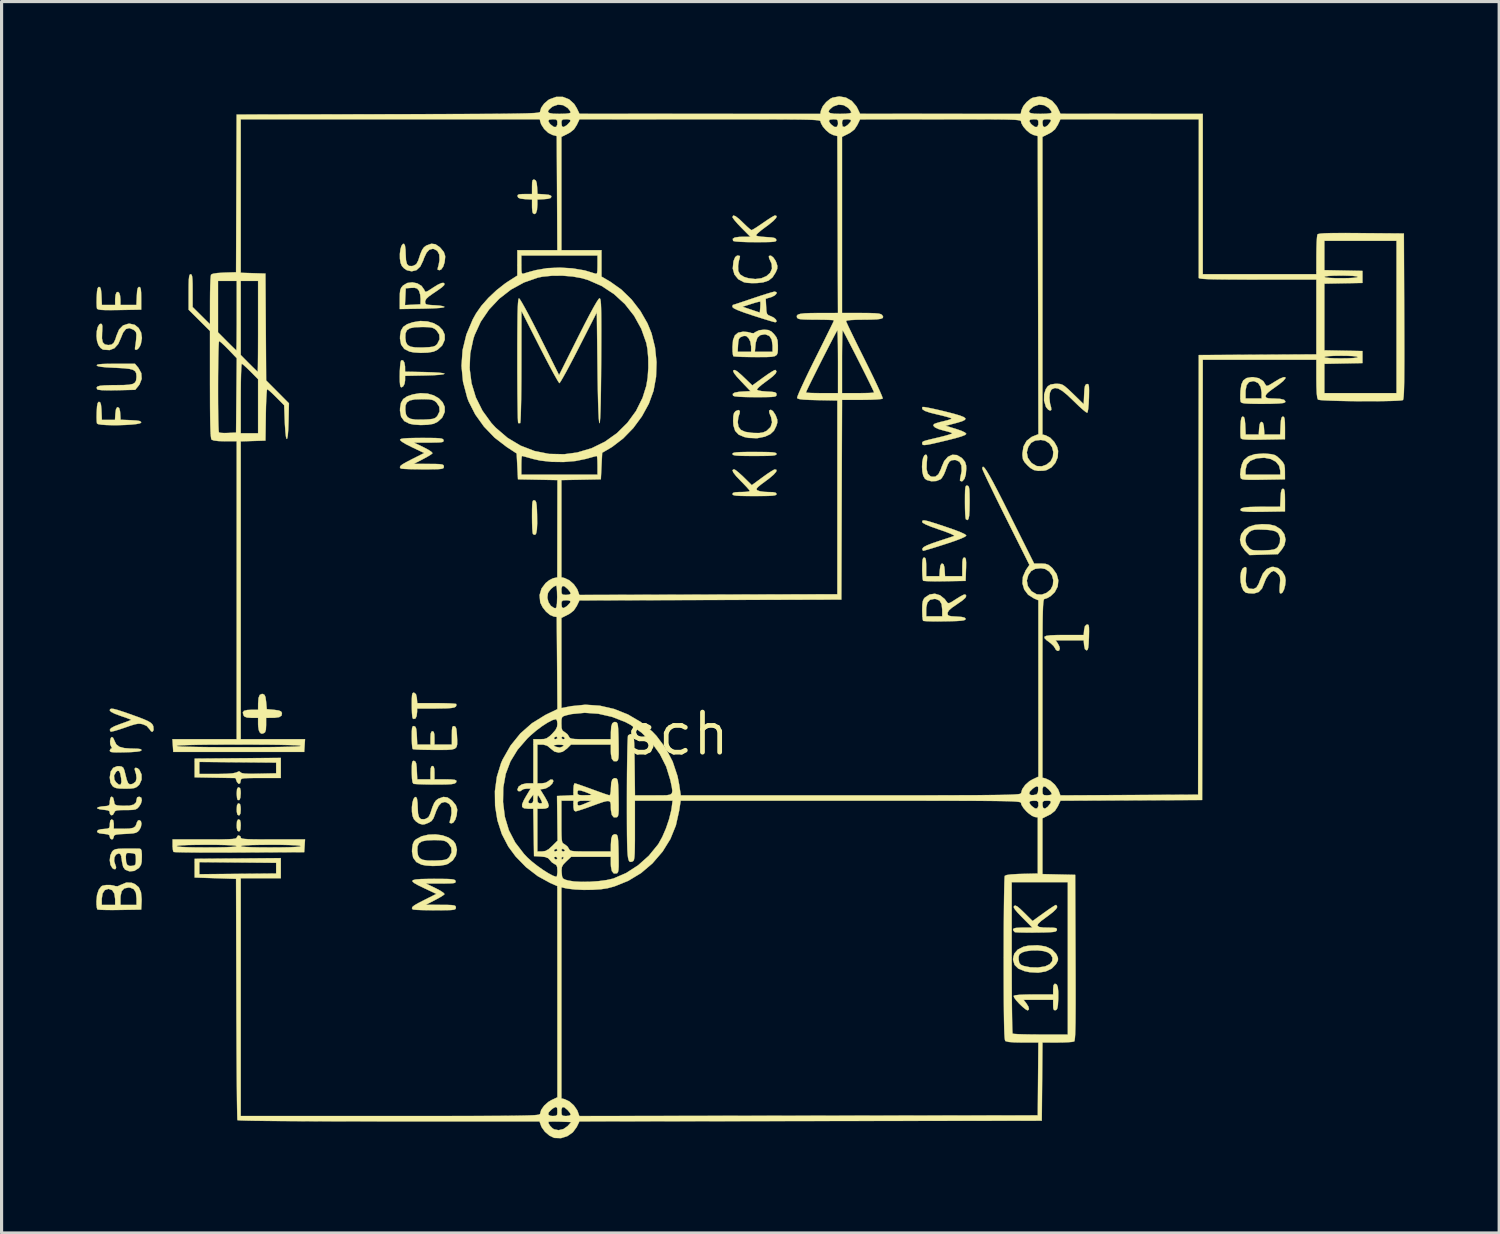
<source format=kicad_pcb>
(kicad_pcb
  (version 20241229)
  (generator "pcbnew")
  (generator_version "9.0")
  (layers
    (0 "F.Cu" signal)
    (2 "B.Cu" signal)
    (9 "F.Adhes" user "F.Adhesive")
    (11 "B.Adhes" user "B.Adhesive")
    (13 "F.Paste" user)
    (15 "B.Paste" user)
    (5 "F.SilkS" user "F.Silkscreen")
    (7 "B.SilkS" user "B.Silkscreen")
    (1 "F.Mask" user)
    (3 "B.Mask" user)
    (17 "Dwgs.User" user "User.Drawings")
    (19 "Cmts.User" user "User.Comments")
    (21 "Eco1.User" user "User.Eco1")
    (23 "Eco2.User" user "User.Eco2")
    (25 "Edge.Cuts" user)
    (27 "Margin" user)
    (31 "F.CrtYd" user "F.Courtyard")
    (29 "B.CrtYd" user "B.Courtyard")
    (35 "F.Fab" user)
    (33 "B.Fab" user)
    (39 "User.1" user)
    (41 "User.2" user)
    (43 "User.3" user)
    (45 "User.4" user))
  (footprint "sch"
    (layer "F.Cu")
    (at 18.42 20.201)
    (property "Reference" "sch" (at 0 0 0) (layer "F.SilkS") (effects (font (size 1.27 1.27) (thickness 0.15))))
    (attr through_hole)
    (fp_poly (pts (xy -13.865 2.226) (xy -13.846 2.311) (xy -13.843 2.392) (xy -13.851 2.517) (xy -13.88 2.575) (xy -13.906 2.582) (xy -13.948 2.557) (xy -13.967 2.473) (xy -13.97 2.392) (xy -13.962 2.266) (xy -13.933 2.209) (xy -13.906 2.201) (xy -13.865 2.226)) (stroke (width 0.01) (type solid)) (fill yes) (layer "F.SilkS"))
    (fp_poly (pts (xy -13.865 2.734) (xy -13.846 2.819) (xy -13.843 2.9) (xy -13.851 3.025) (xy -13.88 3.083) (xy -13.906 3.09) (xy -13.948 3.065) (xy -13.967 2.981) (xy -13.97 2.9) (xy -13.962 2.774) (xy -13.933 2.717) (xy -13.906 2.709) (xy -13.865 2.734)) (stroke (width 0.01) (type solid)) (fill yes) (layer "F.SilkS"))
    (fp_poly (pts (xy -13.864 1.719) (xy -13.845 1.804) (xy -13.843 1.881) (xy -13.854 2.02) (xy -13.885 2.095) (xy -13.932 2.097) (xy -13.943 2.087) (xy -13.96 2.032) (xy -13.969 1.924) (xy -13.97 1.877) (xy -13.961 1.754) (xy -13.931 1.699) (xy -13.906 1.693) (xy -13.864 1.719)) (stroke (width 0.01) (type solid)) (fill yes) (layer "F.SilkS"))
    (fp_poly (pts (xy -4.54 -7.4) (xy -4.506 -7.384) (xy -4.484 -7.338) (xy -4.469 -7.25) (xy -4.459 -7.104) (xy -4.454 -6.942) (xy -4.451 -6.669) (xy -4.46 -6.474) (xy -4.482 -6.355) (xy -4.518 -6.305) (xy -4.569 -6.32) (xy -4.586 -6.336) (xy -4.597 -6.387) (xy -4.606 -6.505) (xy -4.612 -6.674) (xy -4.614 -6.875) (xy -4.614 -6.889) (xy -4.613 -7.108) (xy -4.609 -7.256) (xy -4.6 -7.345) (xy -4.583 -7.39) (xy -4.558 -7.402) (xy -4.54 -7.4)) (stroke (width 0.01) (type solid)) (fill yes) (layer "F.SilkS"))
    (fp_poly (pts (xy 9.176 -7.866) (xy 9.207 -7.852) (xy 9.228 -7.813) (xy 9.241 -7.737) (xy 9.247 -7.61) (xy 9.25 -7.416) (xy 9.25 -7.327) (xy 9.246 -7.079) (xy 9.235 -6.908) (xy 9.213 -6.809) (xy 9.181 -6.774) (xy 9.136 -6.796) (xy 9.131 -6.801) (xy 9.12 -6.852) (xy 9.11 -6.971) (xy 9.104 -7.139) (xy 9.102 -7.341) (xy 9.102 -7.355) (xy 9.103 -7.574) (xy 9.107 -7.722) (xy 9.116 -7.811) (xy 9.133 -7.855) (xy 9.158 -7.868) (xy 9.176 -7.866)) (stroke (width 0.01) (type solid)) (fill yes) (layer "F.SilkS"))
    (fp_poly (pts (xy 19.209 -7.753) (xy 19.228 -7.697) (xy 19.238 -7.586) (xy 19.241 -7.408) (xy 19.241 -7.048) (xy 18.556 -7.037) (xy 18.264 -7.034) (xy 18.053 -7.038) (xy 17.916 -7.049) (xy 17.848 -7.067) (xy 17.841 -7.073) (xy 17.832 -7.119) (xy 17.872 -7.152) (xy 17.971 -7.175) (xy 18.134 -7.189) (xy 18.371 -7.195) (xy 18.508 -7.196) (xy 19.088 -7.197) (xy 19.101 -7.482) (xy 19.112 -7.642) (xy 19.132 -7.732) (xy 19.164 -7.766) (xy 19.177 -7.768) (xy 19.209 -7.753)) (stroke (width 0.01) (type solid)) (fill yes) (layer "F.SilkS"))
    (fp_poly (pts (xy 2.696 -8.931) (xy 2.885 -8.928) (xy 3.012 -8.92) (xy 3.088 -8.908) (xy 3.124 -8.89) (xy 3.133 -8.869) (xy 3.122 -8.845) (xy 3.081 -8.828) (xy 2.999 -8.816) (xy 2.865 -8.809) (xy 2.668 -8.806) (xy 2.434 -8.805) (xy 2.172 -8.806) (xy 1.983 -8.81) (xy 1.856 -8.817) (xy 1.78 -8.83) (xy 1.744 -8.848) (xy 1.736 -8.869) (xy 1.747 -8.893) (xy 1.788 -8.91) (xy 1.869 -8.921) (xy 2.003 -8.928) (xy 2.201 -8.932) (xy 2.434 -8.932) (xy 2.696 -8.931)) (stroke (width 0.01) (type solid)) (fill yes) (layer "F.SilkS"))
    (fp_poly (pts (xy -17.887 0.124) (xy -17.847 0.206) (xy -17.842 0.221) (xy -17.786 0.333) (xy -17.69 0.408) (xy -17.539 0.449) (xy -17.321 0.465) (xy -17.279 0.465) (xy -17.111 0.47) (xy -17.016 0.483) (xy -16.985 0.509) (xy -16.986 0.519) (xy -17.027 0.545) (xy -17.133 0.564) (xy -17.311 0.577) (xy -17.498 0.583) (xy -17.712 0.587) (xy -17.855 0.585) (xy -17.94 0.576) (xy -17.981 0.558) (xy -17.992 0.531) (xy -17.967 0.473) (xy -17.944 0.466) (xy -17.92 0.447) (xy -17.947 0.405) (xy -17.979 0.324) (xy -17.982 0.221) (xy -17.96 0.132) (xy -17.926 0.098) (xy -17.887 0.124)) (stroke (width 0.01) (type solid)) (fill yes) (layer "F.SilkS"))
    (fp_poly (pts (xy -8.701 -11.834) (xy -8.658 -11.763) (xy -8.637 -11.638) (xy -8.637 -11.611) (xy -8.636 -11.475) (xy -8.012 -11.463) (xy -7.762 -11.455) (xy -7.57 -11.444) (xy -7.442 -11.429) (xy -7.388 -11.412) (xy -7.387 -11.409) (xy -7.428 -11.391) (xy -7.544 -11.376) (xy -7.728 -11.364) (xy -7.968 -11.356) (xy -8.012 -11.355) (xy -8.636 -11.343) (xy -8.636 -11.201) (xy -8.653 -11.093) (xy -8.695 -11.012) (xy -8.747 -10.979) (xy -8.777 -10.993) (xy -8.794 -11.051) (xy -8.804 -11.168) (xy -8.806 -11.321) (xy -8.803 -11.487) (xy -8.794 -11.643) (xy -8.781 -11.765) (xy -8.762 -11.831) (xy -8.758 -11.835) (xy -8.701 -11.834)) (stroke (width 0.01) (type solid)) (fill yes) (layer "F.SilkS"))
    (fp_poly (pts (xy -8.35 -1.305) (xy -8.292 -1.259) (xy -8.264 -1.145) (xy -8.263 -1.132) (xy -8.25 -0.974) (xy -7.646 -0.974) (xy -7.428 -0.972) (xy -7.24 -0.967) (xy -7.1 -0.959) (xy -7.023 -0.95) (xy -7.014 -0.946) (xy -7.012 -0.895) (xy -7.033 -0.861) (xy -7.077 -0.837) (xy -7.169 -0.82) (xy -7.32 -0.809) (xy -7.54 -0.805) (xy -7.668 -0.804) (xy -8.255 -0.804) (xy -8.255 -0.702) (xy -8.27 -0.566) (xy -8.309 -0.486) (xy -8.365 -0.472) (xy -8.396 -0.494) (xy -8.408 -0.546) (xy -8.418 -0.663) (xy -8.423 -0.823) (xy -8.424 -0.92) (xy -8.423 -1.106) (xy -8.416 -1.223) (xy -8.402 -1.284) (xy -8.377 -1.306) (xy -8.35 -1.305)) (stroke (width 0.01) (type solid)) (fill yes) (layer "F.SilkS"))
    (fp_poly (pts (xy -4.54 -17.56) (xy -4.493 -17.531) (xy -4.466 -17.451) (xy -4.453 -17.327) (xy -4.441 -17.107) (xy -4.221 -17.094) (xy -4.082 -17.079) (xy -4.013 -17.05) (xy -4 -17.018) (xy -4.026 -16.977) (xy -4.113 -16.952) (xy -4.223 -16.942) (xy -4.445 -16.929) (xy -4.445 -16.765) (xy -4.457 -16.598) (xy -4.49 -16.497) (xy -4.541 -16.468) (xy -4.586 -16.496) (xy -4.603 -16.552) (xy -4.613 -16.661) (xy -4.614 -16.727) (xy -4.614 -16.929) (xy -4.836 -16.942) (xy -4.975 -16.957) (xy -5.048 -16.985) (xy -5.072 -17.029) (xy -5.069 -17.071) (xy -5.025 -17.094) (xy -4.924 -17.102) (xy -4.85 -17.103) (xy -4.614 -17.103) (xy -4.614 -17.339) (xy -4.611 -17.474) (xy -4.596 -17.542) (xy -4.563 -17.563) (xy -4.54 -17.56)) (stroke (width 0.01) (type solid)) (fill yes) (layer "F.SilkS"))
    (fp_poly (pts (xy 12.011 7.942) (xy 12.044 8.025) (xy 12.059 8.174) (xy 12.058 8.396) (xy 12.056 8.424) (xy 12.047 8.591) (xy 12.03 8.691) (xy 12.003 8.74) (xy 11.97 8.755) (xy 11.922 8.749) (xy 11.9 8.694) (xy 11.896 8.597) (xy 11.896 8.424) (xy 10.958 8.424) (xy 11.046 8.536) (xy 11.113 8.644) (xy 11.131 8.723) (xy 11.096 8.758) (xy 11.081 8.759) (xy 11.026 8.728) (xy 10.933 8.653) (xy 10.823 8.549) (xy 10.724 8.441) (xy 10.66 8.352) (xy 10.645 8.301) (xy 10.645 8.3) (xy 10.7 8.281) (xy 10.832 8.266) (xy 11.035 8.258) (xy 11.284 8.255) (xy 11.896 8.255) (xy 11.896 8.086) (xy 11.906 7.967) (xy 11.942 7.919) (xy 11.958 7.916) (xy 12.011 7.942)) (stroke (width 0.01) (type solid)) (fill yes) (layer "F.SilkS"))
    (fp_poly (pts (xy -18.294 -10.499) (xy -18.271 -10.429) (xy -18.257 -10.292) (xy -18.254 -10.234) (xy -18.242 -9.948) (xy -17.827 -9.948) (xy -17.814 -10.149) (xy -17.796 -10.282) (xy -17.763 -10.343) (xy -17.738 -10.351) (xy -17.694 -10.322) (xy -17.668 -10.227) (xy -17.661 -10.151) (xy -17.649 -9.952) (xy -17.323 -9.939) (xy -17.151 -9.929) (xy -17.05 -9.913) (xy -17.004 -9.887) (xy -16.997 -9.864) (xy -17.036 -9.838) (xy -17.143 -9.817) (xy -17.301 -9.8) (xy -17.492 -9.788) (xy -17.701 -9.781) (xy -17.908 -9.78) (xy -18.099 -9.785) (xy -18.255 -9.796) (xy -18.36 -9.814) (xy -18.397 -9.835) (xy -18.406 -9.904) (xy -18.41 -10.031) (xy -18.407 -10.19) (xy -18.406 -10.206) (xy -18.396 -10.374) (xy -18.378 -10.472) (xy -18.351 -10.515) (xy -18.33 -10.52) (xy -18.294 -10.499)) (stroke (width 0.01) (type solid)) (fill yes) (layer "F.SilkS"))
    (fp_poly (pts (xy 13.001 -3.463) (xy 13.022 -3.437) (xy 13.032 -3.369) (xy 13.034 -3.245) (xy 13.03 -3.062) (xy 13.022 -2.865) (xy 13.009 -2.74) (xy 12.991 -2.671) (xy 12.963 -2.647) (xy 12.954 -2.646) (xy 12.903 -2.684) (xy 12.878 -2.801) (xy 12.877 -2.805) (xy 12.864 -2.963) (xy 11.976 -2.963) (xy 12.041 -2.869) (xy 12.092 -2.771) (xy 12.107 -2.7) (xy 12.082 -2.637) (xy 12.026 -2.631) (xy 11.972 -2.679) (xy 11.96 -2.708) (xy 11.908 -2.787) (xy 11.817 -2.872) (xy 11.798 -2.886) (xy 11.685 -2.97) (xy 11.625 -3.032) (xy 11.621 -3.077) (xy 11.681 -3.106) (xy 11.809 -3.123) (xy 12.011 -3.131) (xy 12.255 -3.133) (xy 12.864 -3.133) (xy 12.877 -3.291) (xy 12.903 -3.411) (xy 12.957 -3.462) (xy 12.966 -3.464) (xy 13.001 -3.463)) (stroke (width 0.01) (type solid)) (fill yes) (layer "F.SilkS"))
    (fp_poly (pts (xy -12.573 1.397) (xy -13.208 1.397) (xy -13.452 1.398) (xy -13.624 1.401) (xy -13.737 1.407) (xy -13.802 1.42) (xy -13.833 1.439) (xy -13.843 1.468) (xy -13.843 1.479) (xy -13.864 1.567) (xy -13.91 1.583) (xy -13.962 1.523) (xy -13.969 1.506) (xy -14.009 1.399) (xy -14.656 1.388) (xy -15.303 1.376) (xy -15.303 1.27) (xy -15.155 1.27) (xy -14.604 1.27) (xy -14.316 1.265) (xy -14.111 1.251) (xy -13.99 1.227) (xy -13.968 1.217) (xy -13.896 1.185) (xy -13.853 1.212) (xy -13.849 1.218) (xy -13.81 1.242) (xy -13.722 1.257) (xy -13.575 1.263) (xy -13.356 1.262) (xy -13.268 1.261) (xy -12.721 1.249) (xy -12.721 0.91) (xy -13.938 0.899) (xy -15.155 0.888) (xy -15.155 1.27) (xy -15.303 1.27) (xy -15.303 0.783) (xy -12.573 0.761) (xy -12.573 1.397)) (stroke (width 0.01) (type solid)) (fill yes) (layer "F.SilkS"))
    (fp_poly (pts (xy -8.35 0.855) (xy -8.309 0.878) (xy -8.283 0.941) (xy -8.269 1.06) (xy -8.264 1.154) (xy -8.251 1.439) (xy -7.832 1.439) (xy -7.832 1.228) (xy -7.825 1.095) (xy -7.801 1.03) (xy -7.768 1.016) (xy -7.728 1.039) (xy -7.709 1.117) (xy -7.705 1.228) (xy -7.705 1.439) (xy -7.373 1.439) (xy -7.18 1.443) (xy -7.062 1.456) (xy -7.01 1.482) (xy -7.012 1.523) (xy -7.033 1.552) (xy -7.075 1.575) (xy -7.162 1.592) (xy -7.304 1.601) (xy -7.514 1.605) (xy -7.699 1.605) (xy -7.923 1.603) (xy -8.118 1.598) (xy -8.268 1.591) (xy -8.357 1.584) (xy -8.371 1.581) (xy -8.401 1.532) (xy -8.418 1.41) (xy -8.424 1.211) (xy -8.424 1.2) (xy -8.423 1.025) (xy -8.415 0.919) (xy -8.398 0.867) (xy -8.369 0.853) (xy -8.35 0.855)) (stroke (width 0.01) (type solid)) (fill yes) (layer "F.SilkS"))
    (fp_poly (pts (xy -13.139 -1.263) (xy -13.09 -1.236) (xy -13.059 -1.164) (xy -13.04 -1.028) (xy -13.039 -1.016) (xy -13.018 -0.783) (xy -12.785 -0.762) (xy -12.644 -0.743) (xy -12.568 -0.713) (xy -12.538 -0.665) (xy -12.537 -0.661) (xy -12.548 -0.581) (xy -12.622 -0.532) (xy -12.767 -0.51) (xy -12.838 -0.509) (xy -13.039 -0.508) (xy -13.039 -0.28) (xy -13.046 -0.132) (xy -13.073 -0.052) (xy -13.106 -0.026) (xy -13.171 -0.004) (xy -13.208 -0.018) (xy -13.242 -0.051) (xy -13.272 -0.121) (xy -13.29 -0.241) (xy -13.293 -0.305) (xy -13.293 -0.508) (xy -13.503 -0.508) (xy -13.645 -0.517) (xy -13.724 -0.549) (xy -13.751 -0.582) (xy -13.778 -0.673) (xy -13.742 -0.73) (xy -13.634 -0.757) (xy -13.522 -0.762) (xy -13.293 -0.762) (xy -13.292 -0.963) (xy -13.28 -1.135) (xy -13.241 -1.234) (xy -13.172 -1.266) (xy -13.139 -1.263)) (stroke (width 0.01) (type solid)) (fill yes) (layer "F.SilkS"))
    (fp_poly (pts (xy 9.114 -5.575) (xy 9.132 -5.527) (xy 9.139 -5.429) (xy 9.137 -5.264) (xy 9.135 -5.218) (xy 9.123 -4.847) (xy 8.464 -4.836) (xy 8.236 -4.833) (xy 8.038 -4.835) (xy 7.886 -4.84) (xy 7.795 -4.848) (xy 7.776 -4.853) (xy 7.763 -4.906) (xy 7.753 -5.022) (xy 7.747 -5.179) (xy 7.747 -5.235) (xy 7.75 -5.413) (xy 7.76 -5.521) (xy 7.78 -5.575) (xy 7.811 -5.588) (xy 7.845 -5.571) (xy 7.865 -5.508) (xy 7.873 -5.384) (xy 7.874 -5.292) (xy 7.874 -4.995) (xy 8.293 -4.995) (xy 8.306 -5.196) (xy 8.323 -5.329) (xy 8.357 -5.39) (xy 8.382 -5.397) (xy 8.426 -5.369) (xy 8.451 -5.275) (xy 8.458 -5.196) (xy 8.471 -4.995) (xy 9.017 -4.995) (xy 9.017 -5.292) (xy 9.021 -5.452) (xy 9.034 -5.544) (xy 9.06 -5.583) (xy 9.082 -5.588) (xy 9.114 -5.575)) (stroke (width 0.01) (type solid)) (fill yes) (layer "F.SilkS"))
    (fp_poly (pts (xy 19.209 -10.039) (xy 19.228 -9.983) (xy 19.238 -9.872) (xy 19.241 -9.694) (xy 19.241 -9.335) (xy 18.552 -9.323) (xy 18.285 -9.32) (xy 18.093 -9.321) (xy 17.963 -9.328) (xy 17.884 -9.34) (xy 17.847 -9.36) (xy 17.841 -9.369) (xy 17.831 -9.438) (xy 17.828 -9.565) (xy 17.83 -9.724) (xy 17.831 -9.741) (xy 17.841 -9.909) (xy 17.859 -10.007) (xy 17.887 -10.049) (xy 17.907 -10.054) (xy 17.943 -10.034) (xy 17.966 -9.963) (xy 17.98 -9.827) (xy 17.983 -9.768) (xy 17.996 -9.483) (xy 18.41 -9.483) (xy 18.423 -9.684) (xy 18.441 -9.816) (xy 18.475 -9.877) (xy 18.5 -9.885) (xy 18.543 -9.856) (xy 18.569 -9.762) (xy 18.576 -9.684) (xy 18.589 -9.483) (xy 19.088 -9.483) (xy 19.101 -9.768) (xy 19.112 -9.928) (xy 19.132 -10.018) (xy 19.164 -10.052) (xy 19.177 -10.054) (xy 19.209 -10.039)) (stroke (width 0.01) (type solid)) (fill yes) (layer "F.SilkS"))
    (fp_poly (pts (xy -17.085 -11.596) (xy -16.993 -11.428) (xy -16.981 -11.248) (xy -17.049 -11.074) (xy -17.082 -11.028) (xy -17.186 -10.901) (xy -17.775 -10.887) (xy -18.051 -10.884) (xy -18.247 -10.89) (xy -18.361 -10.904) (xy -18.392 -10.919) (xy -18.409 -10.969) (xy -18.381 -11.005) (xy -18.301 -11.029) (xy -18.158 -11.042) (xy -17.944 -11.048) (xy -17.814 -11.049) (xy -17.563 -11.051) (xy -17.384 -11.062) (xy -17.265 -11.086) (xy -17.194 -11.129) (xy -17.159 -11.195) (xy -17.147 -11.291) (xy -17.146 -11.33) (xy -17.154 -11.421) (xy -17.186 -11.487) (xy -17.255 -11.534) (xy -17.372 -11.565) (xy -17.549 -11.584) (xy -17.797 -11.598) (xy -17.836 -11.599) (xy -18.09 -11.612) (xy -18.265 -11.629) (xy -18.368 -11.649) (xy -18.405 -11.673) (xy -18.392 -11.695) (xy -18.332 -11.71) (xy -18.215 -11.72) (xy -18.03 -11.725) (xy -17.808 -11.726) (xy -17.195 -11.726) (xy -17.085 -11.596)) (stroke (width 0.01) (type solid)) (fill yes) (layer "F.SilkS"))
    (fp_poly (pts (xy -17.029 -14.145) (xy -17.009 -14.089) (xy -16.999 -13.978) (xy -16.997 -13.801) (xy -16.997 -13.441) (xy -17.686 -13.429) (xy -17.952 -13.426) (xy -18.145 -13.427) (xy -18.275 -13.434) (xy -18.353 -13.447) (xy -18.391 -13.466) (xy -18.397 -13.475) (xy -18.406 -13.544) (xy -18.41 -13.671) (xy -18.407 -13.83) (xy -18.406 -13.847) (xy -18.396 -14.015) (xy -18.378 -14.113) (xy -18.351 -14.155) (xy -18.33 -14.161) (xy -18.294 -14.14) (xy -18.271 -14.069) (xy -18.257 -13.933) (xy -18.254 -13.875) (xy -18.242 -13.589) (xy -17.822 -13.589) (xy -17.822 -13.777) (xy -17.809 -13.91) (xy -17.776 -13.989) (xy -17.729 -14.003) (xy -17.691 -13.965) (xy -17.666 -13.886) (xy -17.654 -13.767) (xy -17.654 -13.748) (xy -17.653 -13.589) (xy -17.149 -13.589) (xy -17.136 -13.875) (xy -17.125 -14.034) (xy -17.105 -14.124) (xy -17.073 -14.159) (xy -17.06 -14.161) (xy -17.029 -14.145)) (stroke (width 0.01) (type solid)) (fill yes) (layer "F.SilkS"))
    (fp_poly (pts (xy 1.973 -15.14) (xy 1.967 -15.083) (xy 1.966 -15.081) (xy 1.941 -14.993) (xy 1.919 -14.865) (xy 1.915 -14.825) (xy 1.919 -14.666) (xy 1.979 -14.555) (xy 2.104 -14.478) (xy 2.239 -14.437) (xy 2.46 -14.41) (xy 2.656 -14.436) (xy 2.816 -14.505) (xy 2.931 -14.61) (xy 2.988 -14.741) (xy 2.978 -14.891) (xy 2.937 -14.983) (xy 2.895 -15.076) (xy 2.89 -15.137) (xy 2.894 -15.142) (xy 2.953 -15.152) (xy 3.026 -15.098) (xy 3.097 -14.997) (xy 3.127 -14.931) (xy 3.16 -14.822) (xy 3.154 -14.734) (xy 3.106 -14.621) (xy 3.005 -14.463) (xy 2.878 -14.361) (xy 2.705 -14.304) (xy 2.512 -14.283) (xy 2.344 -14.281) (xy 2.193 -14.291) (xy 2.101 -14.308) (xy 1.92 -14.405) (xy 1.799 -14.554) (xy 1.746 -14.743) (xy 1.766 -14.96) (xy 1.774 -14.99) (xy 1.822 -15.105) (xy 1.882 -15.152) (xy 1.911 -15.155) (xy 1.973 -15.14)) (stroke (width 0.01) (type solid)) (fill yes) (layer "F.SilkS"))
    (fp_poly (pts (xy 7.907 -6.746) (xy 8.041 -6.707) (xy 8.234 -6.646) (xy 8.497 -6.559) (xy 8.498 -6.558) (xy 8.771 -6.464) (xy 8.971 -6.386) (xy 9.097 -6.327) (xy 9.144 -6.287) (xy 9.144 -6.284) (xy 9.103 -6.246) (xy 8.982 -6.19) (xy 8.783 -6.114) (xy 8.508 -6.022) (xy 8.48 -6.013) (xy 8.255 -5.941) (xy 8.059 -5.88) (xy 7.904 -5.834) (xy 7.806 -5.806) (xy 7.778 -5.8) (xy 7.753 -5.833) (xy 7.755 -5.872) (xy 7.794 -5.917) (xy 7.901 -5.974) (xy 8.08 -6.044) (xy 8.234 -6.096) (xy 8.425 -6.159) (xy 8.589 -6.213) (xy 8.709 -6.253) (xy 8.763 -6.271) (xy 8.749 -6.292) (xy 8.667 -6.332) (xy 8.529 -6.388) (xy 8.348 -6.453) (xy 8.287 -6.473) (xy 8.037 -6.561) (xy 7.862 -6.633) (xy 7.766 -6.687) (xy 7.747 -6.713) (xy 7.752 -6.745) (xy 7.773 -6.763) (xy 7.821 -6.764) (xy 7.907 -6.746)) (stroke (width 0.01) (type solid)) (fill yes) (layer "F.SilkS"))
    (fp_poly (pts (xy 18.642 -8.878) (xy 18.803 -8.863) (xy 18.91 -8.838) (xy 18.993 -8.789) (xy 19.084 -8.706) (xy 19.085 -8.705) (xy 19.174 -8.608) (xy 19.22 -8.523) (xy 19.237 -8.413) (xy 19.239 -8.308) (xy 19.241 -8.065) (xy 18.552 -8.053) (xy 18.291 -8.049) (xy 18.104 -8.05) (xy 17.976 -8.055) (xy 17.897 -8.066) (xy 17.855 -8.084) (xy 17.837 -8.108) (xy 17.822 -8.224) (xy 17.835 -8.356) (xy 17.992 -8.356) (xy 17.992 -8.213) (xy 19.092 -8.213) (xy 19.092 -8.336) (xy 19.054 -8.497) (xy 18.95 -8.624) (xy 18.791 -8.709) (xy 18.59 -8.748) (xy 18.362 -8.732) (xy 18.326 -8.724) (xy 18.144 -8.652) (xy 18.032 -8.534) (xy 17.992 -8.369) (xy 17.992 -8.356) (xy 17.835 -8.356) (xy 17.837 -8.38) (xy 17.875 -8.538) (xy 17.93 -8.661) (xy 17.938 -8.673) (xy 18.08 -8.793) (xy 18.288 -8.863) (xy 18.559 -8.882) (xy 18.642 -8.878)) (stroke (width 0.01) (type solid)) (fill yes) (layer "F.SilkS"))
    (fp_poly (pts (xy 3.019 -10.226) (xy 3.091 -10.118) (xy 3.111 -10.077) (xy 3.155 -9.959) (xy 3.158 -9.864) (xy 3.128 -9.761) (xy 3.05 -9.604) (xy 2.936 -9.497) (xy 2.765 -9.417) (xy 2.516 -9.367) (xy 2.242 -9.378) (xy 2.11 -9.406) (xy 1.934 -9.48) (xy 1.821 -9.6) (xy 1.766 -9.773) (xy 1.757 -9.913) (xy 1.763 -10.068) (xy 1.785 -10.162) (xy 1.83 -10.22) (xy 1.839 -10.227) (xy 1.925 -10.261) (xy 1.971 -10.229) (xy 1.962 -10.146) (xy 1.951 -10.125) (xy 1.921 -10.026) (xy 1.906 -9.894) (xy 1.905 -9.867) (xy 1.928 -9.729) (xy 2.002 -9.632) (xy 2.138 -9.57) (xy 2.343 -9.539) (xy 2.41 -9.534) (xy 2.585 -9.532) (xy 2.708 -9.551) (xy 2.809 -9.596) (xy 2.822 -9.604) (xy 2.944 -9.724) (xy 2.991 -9.874) (xy 2.958 -10.042) (xy 2.943 -10.073) (xy 2.904 -10.172) (xy 2.897 -10.239) (xy 2.899 -10.244) (xy 2.951 -10.27) (xy 3.019 -10.226)) (stroke (width 0.01) (type solid)) (fill yes) (layer "F.SilkS"))
    (fp_poly (pts (xy -17.868 -0.791) (xy -17.743 -0.758) (xy -17.559 -0.698) (xy -17.363 -0.63) (xy -17.104 -0.537) (xy -16.914 -0.464) (xy -16.782 -0.405) (xy -16.696 -0.354) (xy -16.645 -0.305) (xy -16.617 -0.251) (xy -16.611 -0.229) (xy -16.604 -0.125) (xy -16.632 -0.071) (xy -16.681 -0.077) (xy -16.727 -0.142) (xy -16.821 -0.25) (xy -16.935 -0.302) (xy -17.015 -0.32) (xy -17.095 -0.322) (xy -17.197 -0.303) (xy -17.339 -0.26) (xy -17.516 -0.198) (xy -17.692 -0.139) (xy -17.838 -0.095) (xy -17.935 -0.073) (xy -17.966 -0.073) (xy -17.991 -0.126) (xy -17.954 -0.18) (xy -17.848 -0.24) (xy -17.665 -0.311) (xy -17.653 -0.315) (xy -17.5 -0.37) (xy -17.382 -0.414) (xy -17.32 -0.441) (xy -17.314 -0.446) (xy -17.352 -0.464) (xy -17.451 -0.502) (xy -17.593 -0.551) (xy -17.653 -0.572) (xy -17.833 -0.638) (xy -17.949 -0.697) (xy -17.992 -0.743) (xy -17.992 -0.744) (xy -17.982 -0.782) (xy -17.944 -0.798) (xy -17.868 -0.791)) (stroke (width 0.01) (type solid)) (fill yes) (layer "F.SilkS"))
    (fp_poly (pts (xy 11.659 6.736) (xy 11.854 6.826) (xy 11.987 6.963) (xy 12.009 7.004) (xy 12.049 7.1) (xy 12.049 7.171) (xy 12.007 7.258) (xy 11.983 7.298) (xy 11.85 7.436) (xy 11.658 7.527) (xy 11.422 7.566) (xy 11.154 7.551) (xy 10.987 7.516) (xy 10.794 7.437) (xy 10.676 7.321) (xy 10.627 7.165) (xy 10.626 7.124) (xy 10.643 7.051) (xy 10.802 7.051) (xy 10.803 7.146) (xy 10.823 7.256) (xy 10.878 7.317) (xy 10.964 7.353) (xy 11.177 7.396) (xy 11.418 7.401) (xy 11.64 7.367) (xy 11.642 7.367) (xy 11.786 7.297) (xy 11.865 7.199) (xy 11.874 7.088) (xy 11.812 6.982) (xy 11.725 6.921) (xy 11.588 6.88) (xy 11.404 6.86) (xy 11.205 6.863) (xy 11.026 6.888) (xy 10.917 6.924) (xy 10.832 6.98) (xy 10.802 7.051) (xy 10.643 7.051) (xy 10.665 6.962) (xy 10.776 6.833) (xy 10.951 6.744) (xy 11.116 6.708) (xy 11.41 6.696) (xy 11.659 6.736)) (stroke (width 0.01) (type solid)) (fill yes) (layer "F.SilkS"))
    (fp_poly (pts (xy -17.885 2.021) (xy -17.857 2.127) (xy -17.846 2.202) (xy -17.819 2.245) (xy -17.756 2.265) (xy -17.635 2.275) (xy -17.58 2.277) (xy -17.37 2.274) (xy -17.232 2.24) (xy -17.16 2.17) (xy -17.145 2.094) (xy -17.125 2.012) (xy -17.06 1.99) (xy -16.994 2.021) (xy -16.976 2.101) (xy -17.006 2.21) (xy -17.063 2.301) (xy -17.114 2.357) (xy -17.171 2.391) (xy -17.257 2.407) (xy -17.393 2.413) (xy -17.491 2.413) (xy -17.661 2.415) (xy -17.766 2.424) (xy -17.821 2.445) (xy -17.847 2.481) (xy -17.852 2.498) (xy -17.895 2.567) (xy -17.951 2.577) (xy -17.989 2.529) (xy -17.992 2.5) (xy -18.006 2.448) (xy -18.063 2.42) (xy -18.183 2.405) (xy -18.193 2.405) (xy -18.31 2.389) (xy -18.382 2.364) (xy -18.394 2.349) (xy -18.356 2.322) (xy -18.259 2.301) (xy -18.193 2.294) (xy -18.072 2.283) (xy -18.013 2.259) (xy -17.993 2.205) (xy -17.992 2.136) (xy -17.973 2.024) (xy -17.931 1.986) (xy -17.885 2.021)) (stroke (width 0.01) (type solid)) (fill yes) (layer "F.SilkS"))
    (fp_poly (pts (xy -17.881 2.741) (xy -17.865 2.844) (xy -17.865 2.857) (xy -17.865 3.006) (xy -17.552 3.006) (xy -17.367 3) (xy -17.249 2.977) (xy -17.181 2.929) (xy -17.145 2.848) (xy -17.138 2.815) (xy -17.099 2.746) (xy -17.06 2.731) (xy -17.006 2.764) (xy -16.988 2.847) (xy -17.007 2.953) (xy -17.058 3.048) (xy -17.106 3.1) (xy -17.166 3.133) (xy -17.259 3.153) (xy -17.405 3.164) (xy -17.502 3.169) (xy -17.679 3.178) (xy -17.787 3.191) (xy -17.843 3.211) (xy -17.863 3.243) (xy -17.865 3.264) (xy -17.892 3.33) (xy -17.928 3.344) (xy -17.98 3.309) (xy -17.992 3.262) (xy -18.006 3.21) (xy -18.063 3.182) (xy -18.183 3.167) (xy -18.193 3.167) (xy -18.325 3.149) (xy -18.386 3.115) (xy -18.394 3.09) (xy -18.365 3.047) (xy -18.271 3.021) (xy -18.193 3.014) (xy -18.072 3.003) (xy -18.013 2.979) (xy -17.993 2.924) (xy -17.992 2.855) (xy -17.977 2.747) (xy -17.932 2.709) (xy -17.928 2.709) (xy -17.881 2.741)) (stroke (width 0.01) (type solid)) (fill yes) (layer "F.SilkS"))
    (fp_poly (pts (xy -8.35 -0.246) (xy -8.309 -0.223) (xy -8.283 -0.16) (xy -8.269 -0.04) (xy -8.264 0.053) (xy -8.251 0.339) (xy -7.832 0.339) (xy -7.832 0.127) (xy -7.825 -0.006) (xy -7.801 -0.071) (xy -7.768 -0.085) (xy -7.728 -0.062) (xy -7.709 0.016) (xy -7.705 0.127) (xy -7.705 0.339) (xy -7.154 0.339) (xy -7.154 0.039) (xy -7.152 -0.117) (xy -7.142 -0.206) (xy -7.119 -0.243) (xy -7.081 -0.246) (xy -7.08 -0.246) (xy -7.038 -0.222) (xy -7.012 -0.157) (xy -6.998 -0.033) (xy -6.993 0.041) (xy -6.985 0.211) (xy -6.986 0.334) (xy -7.007 0.417) (xy -7.06 0.469) (xy -7.157 0.496) (xy -7.309 0.507) (xy -7.527 0.508) (xy -7.698 0.508) (xy -7.928 0.506) (xy -8.128 0.502) (xy -8.282 0.495) (xy -8.375 0.486) (xy -8.396 0.48) (xy -8.409 0.427) (xy -8.419 0.311) (xy -8.424 0.154) (xy -8.424 0.096) (xy -8.423 -0.078) (xy -8.415 -0.183) (xy -8.398 -0.235) (xy -8.368 -0.248) (xy -8.35 -0.246)) (stroke (width 0.01) (type solid)) (fill yes) (layer "F.SilkS"))
    (fp_poly (pts (xy 12.112 -11.086) (xy 12.185 -11.064) (xy 12.264 -11.014) (xy 12.368 -10.926) (xy 12.513 -10.788) (xy 12.534 -10.768) (xy 12.865 -10.445) (xy 12.878 -10.757) (xy 12.888 -10.922) (xy 12.904 -11.02) (xy 12.932 -11.069) (xy 12.966 -11.084) (xy 12.999 -11.083) (xy 13.02 -11.058) (xy 13.031 -10.993) (xy 13.034 -10.875) (xy 13.031 -10.689) (xy 13.03 -10.643) (xy 13.021 -10.451) (xy 13.007 -10.298) (xy 12.989 -10.2) (xy 12.975 -10.174) (xy 12.931 -10.197) (xy 12.84 -10.27) (xy 12.716 -10.381) (xy 12.571 -10.521) (xy 12.552 -10.54) (xy 12.346 -10.736) (xy 12.184 -10.868) (xy 12.055 -10.941) (xy 11.952 -10.959) (xy 11.867 -10.925) (xy 11.835 -10.898) (xy 11.791 -10.802) (xy 11.778 -10.654) (xy 11.796 -10.476) (xy 11.832 -10.34) (xy 11.838 -10.264) (xy 11.802 -10.242) (xy 11.742 -10.27) (xy 11.677 -10.346) (xy 11.664 -10.37) (xy 11.608 -10.557) (xy 11.611 -10.762) (xy 11.661 -10.919) (xy 11.728 -11.016) (xy 11.816 -11.069) (xy 11.952 -11.09) (xy 12.031 -11.091) (xy 12.112 -11.086)) (stroke (width 0.01) (type solid)) (fill yes) (layer "F.SilkS"))
    (fp_poly (pts (xy 18.735 -6.637) (xy 18.927 -6.593) (xy 18.938 -6.588) (xy 19.113 -6.477) (xy 19.221 -6.328) (xy 19.26 -6.156) (xy 19.224 -5.977) (xy 19.139 -5.84) (xy 19.017 -5.694) (xy 18.568 -5.679) (xy 18.118 -5.665) (xy 17.97 -5.813) (xy 17.854 -5.979) (xy 17.821 -6.129) (xy 17.985 -6.129) (xy 18.023 -5.989) (xy 18.122 -5.873) (xy 18.203 -5.827) (xy 18.274 -5.817) (xy 18.404 -5.812) (xy 18.567 -5.814) (xy 18.602 -5.815) (xy 18.777 -5.825) (xy 18.89 -5.843) (xy 18.961 -5.874) (xy 19.013 -5.923) (xy 19.015 -5.925) (xy 19.08 -6.06) (xy 19.086 -6.209) (xy 19.035 -6.34) (xy 19.003 -6.375) (xy 18.932 -6.42) (xy 18.825 -6.449) (xy 18.662 -6.466) (xy 18.569 -6.47) (xy 18.39 -6.475) (xy 18.272 -6.468) (xy 18.19 -6.445) (xy 18.121 -6.403) (xy 18.108 -6.393) (xy 18.012 -6.272) (xy 17.985 -6.129) (xy 17.821 -6.129) (xy 17.816 -6.155) (xy 17.853 -6.325) (xy 17.962 -6.472) (xy 18.096 -6.561) (xy 18.283 -6.62) (xy 18.508 -6.645) (xy 18.735 -6.637)) (stroke (width 0.01) (type solid)) (fill yes) (layer "F.SilkS"))
    (fp_poly (pts (xy 3.132 -11.484) (xy 3.104 -11.418) (xy 3.012 -11.326) (xy 2.851 -11.202) (xy 2.814 -11.175) (xy 2.676 -11.072) (xy 2.572 -10.983) (xy 2.516 -10.921) (xy 2.511 -10.904) (xy 2.557 -10.88) (xy 2.667 -10.859) (xy 2.817 -10.847) (xy 2.829 -10.846) (xy 2.988 -10.837) (xy 3.079 -10.823) (xy 3.122 -10.797) (xy 3.133 -10.755) (xy 3.133 -10.751) (xy 3.128 -10.72) (xy 3.107 -10.698) (xy 3.057 -10.683) (xy 2.966 -10.674) (xy 2.821 -10.67) (xy 2.611 -10.668) (xy 2.458 -10.668) (xy 2.165 -10.671) (xy 1.948 -10.68) (xy 1.811 -10.694) (xy 1.755 -10.714) (xy 1.755 -10.714) (xy 1.746 -10.772) (xy 1.808 -10.813) (xy 1.946 -10.838) (xy 2.053 -10.846) (xy 2.307 -10.858) (xy 2.014 -11.166) (xy 1.873 -11.319) (xy 1.79 -11.425) (xy 1.759 -11.491) (xy 1.768 -11.521) (xy 1.81 -11.528) (xy 1.884 -11.487) (xy 1.998 -11.391) (xy 2.091 -11.304) (xy 2.366 -11.04) (xy 2.716 -11.295) (xy 2.865 -11.4) (xy 2.989 -11.48) (xy 3.073 -11.525) (xy 3.099 -11.53) (xy 3.132 -11.484)) (stroke (width 0.01) (type solid)) (fill yes) (layer "F.SilkS"))
    (fp_poly (pts (xy 12.017 5.454) (xy 12.022 5.493) (xy 11.987 5.552) (xy 11.891 5.645) (xy 11.744 5.759) (xy 11.688 5.8) (xy 11.516 5.927) (xy 11.419 6.019) (xy 11.398 6.08) (xy 11.453 6.118) (xy 11.586 6.135) (xy 11.735 6.138) (xy 11.89 6.141) (xy 11.977 6.151) (xy 12.013 6.174) (xy 12.015 6.212) (xy 12.001 6.241) (xy 11.966 6.262) (xy 11.895 6.276) (xy 11.778 6.285) (xy 11.6 6.291) (xy 11.366 6.294) (xy 11.14 6.296) (xy 10.942 6.294) (xy 10.789 6.29) (xy 10.696 6.284) (xy 10.679 6.28) (xy 10.63 6.224) (xy 10.626 6.198) (xy 10.646 6.166) (xy 10.716 6.147) (xy 10.85 6.139) (xy 10.932 6.138) (xy 11.237 6.138) (xy 10.923 5.821) (xy 10.779 5.673) (xy 10.691 5.57) (xy 10.651 5.503) (xy 10.653 5.461) (xy 10.659 5.453) (xy 10.698 5.439) (xy 10.758 5.467) (xy 10.852 5.544) (xy 10.978 5.665) (xy 11.244 5.929) (xy 11.598 5.674) (xy 11.748 5.567) (xy 11.874 5.483) (xy 11.96 5.43) (xy 11.987 5.419) (xy 12.017 5.454)) (stroke (width 0.01) (type solid)) (fill yes) (layer "F.SilkS"))
    (fp_poly (pts (xy -17.201 -12.96) (xy -17.078 -12.86) (xy -16.999 -12.715) (xy -16.973 -12.541) (xy -17.007 -12.353) (xy -17.042 -12.272) (xy -17.099 -12.196) (xy -17.157 -12.165) (xy -17.194 -12.182) (xy -17.192 -12.24) (xy -17.179 -12.314) (xy -17.163 -12.437) (xy -17.155 -12.516) (xy -17.148 -12.648) (xy -17.161 -12.726) (xy -17.207 -12.779) (xy -17.248 -12.808) (xy -17.374 -12.857) (xy -17.481 -12.826) (xy -17.571 -12.713) (xy -17.631 -12.565) (xy -17.724 -12.353) (xy -17.844 -12.219) (xy -17.997 -12.16) (xy -18.187 -12.172) (xy -18.214 -12.179) (xy -18.285 -12.228) (xy -18.352 -12.32) (xy -18.352 -12.32) (xy -18.396 -12.452) (xy -18.412 -12.605) (xy -18.404 -12.758) (xy -18.373 -12.888) (xy -18.322 -12.974) (xy -18.273 -12.996) (xy -18.241 -12.979) (xy -18.227 -12.917) (xy -18.23 -12.794) (xy -18.235 -12.722) (xy -18.24 -12.53) (xy -18.214 -12.406) (xy -18.15 -12.34) (xy -18.044 -12.319) (xy -18.034 -12.319) (xy -17.935 -12.334) (xy -17.866 -12.39) (xy -17.813 -12.503) (xy -17.781 -12.61) (xy -17.697 -12.812) (xy -17.572 -12.94) (xy -17.406 -12.994) (xy -17.362 -12.996) (xy -17.201 -12.96)) (stroke (width 0.01) (type solid)) (fill yes) (layer "F.SilkS"))
    (fp_poly (pts (xy -7.928 -13.068) (xy -7.729 -13.011) (xy -7.565 -12.916) (xy -7.446 -12.792) (xy -7.381 -12.646) (xy -7.38 -12.486) (xy -7.453 -12.32) (xy -7.473 -12.293) (xy -7.608 -12.17) (xy -7.737 -12.109) (xy -7.92 -12.079) (xy -8.141 -12.071) (xy -8.356 -12.085) (xy -8.496 -12.112) (xy -8.661 -12.196) (xy -8.762 -12.334) (xy -8.798 -12.527) (xy -8.797 -12.54) (xy -8.628 -12.54) (xy -8.627 -12.534) (xy -8.607 -12.406) (xy -8.556 -12.32) (xy -8.461 -12.268) (xy -8.312 -12.244) (xy -8.093 -12.242) (xy -8.05 -12.243) (xy -7.872 -12.252) (xy -7.756 -12.267) (xy -7.683 -12.294) (xy -7.631 -12.338) (xy -7.616 -12.355) (xy -7.544 -12.502) (xy -7.553 -12.651) (xy -7.642 -12.786) (xy -7.645 -12.788) (xy -7.708 -12.839) (xy -7.78 -12.87) (xy -7.882 -12.885) (xy -8.038 -12.89) (xy -8.106 -12.89) (xy -8.332 -12.882) (xy -8.486 -12.85) (xy -8.579 -12.787) (xy -8.623 -12.687) (xy -8.628 -12.54) (xy -8.797 -12.54) (xy -8.795 -12.61) (xy -8.765 -12.778) (xy -8.695 -12.895) (xy -8.572 -12.979) (xy -8.393 -13.041) (xy -8.152 -13.081) (xy -7.928 -13.068)) (stroke (width 0.01) (type solid)) (fill yes) (layer "F.SilkS"))
    (fp_poly (pts (xy -7.928 -10.782) (xy -7.729 -10.725) (xy -7.565 -10.63) (xy -7.446 -10.506) (xy -7.381 -10.36) (xy -7.38 -10.2) (xy -7.453 -10.034) (xy -7.473 -10.007) (xy -7.608 -9.884) (xy -7.737 -9.823) (xy -7.92 -9.793) (xy -8.141 -9.785) (xy -8.356 -9.799) (xy -8.496 -9.826) (xy -8.661 -9.91) (xy -8.762 -10.048) (xy -8.798 -10.241) (xy -8.797 -10.254) (xy -8.628 -10.254) (xy -8.627 -10.248) (xy -8.607 -10.12) (xy -8.556 -10.034) (xy -8.461 -9.982) (xy -8.312 -9.958) (xy -8.093 -9.956) (xy -8.05 -9.957) (xy -7.872 -9.966) (xy -7.756 -9.981) (xy -7.683 -10.008) (xy -7.631 -10.052) (xy -7.616 -10.069) (xy -7.544 -10.216) (xy -7.553 -10.365) (xy -7.642 -10.5) (xy -7.645 -10.502) (xy -7.708 -10.553) (xy -7.78 -10.584) (xy -7.882 -10.599) (xy -8.038 -10.604) (xy -8.106 -10.604) (xy -8.332 -10.596) (xy -8.486 -10.564) (xy -8.579 -10.501) (xy -8.623 -10.401) (xy -8.628 -10.254) (xy -8.797 -10.254) (xy -8.795 -10.324) (xy -8.765 -10.492) (xy -8.695 -10.609) (xy -8.572 -10.693) (xy -8.393 -10.755) (xy -8.152 -10.795) (xy -7.928 -10.782)) (stroke (width 0.01) (type solid)) (fill yes) (layer "F.SilkS"))
    (fp_poly (pts (xy -7.451 3.215) (xy -7.256 3.285) (xy -7.106 3.391) (xy -7.035 3.493) (xy -6.993 3.676) (xy -7.026 3.854) (xy -7.124 4.007) (xy -7.277 4.118) (xy -7.356 4.147) (xy -7.539 4.177) (xy -7.76 4.185) (xy -7.975 4.171) (xy -8.115 4.144) (xy -8.28 4.06) (xy -8.381 3.922) (xy -8.417 3.729) (xy -8.416 3.716) (xy -8.247 3.716) (xy -8.246 3.722) (xy -8.226 3.85) (xy -8.175 3.936) (xy -8.08 3.988) (xy -7.931 4.012) (xy -7.712 4.014) (xy -7.669 4.013) (xy -7.491 4.004) (xy -7.375 3.989) (xy -7.302 3.962) (xy -7.25 3.918) (xy -7.235 3.901) (xy -7.163 3.754) (xy -7.172 3.605) (xy -7.261 3.47) (xy -7.264 3.468) (xy -7.327 3.417) (xy -7.399 3.386) (xy -7.501 3.371) (xy -7.657 3.366) (xy -7.725 3.365) (xy -7.951 3.374) (xy -8.105 3.406) (xy -8.198 3.469) (xy -8.242 3.569) (xy -8.247 3.716) (xy -8.416 3.716) (xy -8.414 3.646) (xy -8.392 3.494) (xy -8.35 3.398) (xy -8.294 3.342) (xy -8.112 3.244) (xy -7.898 3.193) (xy -7.671 3.184) (xy -7.451 3.215)) (stroke (width 0.01) (type solid)) (fill yes) (layer "F.SilkS"))
    (fp_poly (pts (xy 7.893 -8.832) (xy 7.905 -8.772) (xy 7.898 -8.652) (xy 7.892 -8.6) (xy 7.886 -8.391) (xy 7.922 -8.248) (xy 8.004 -8.165) (xy 8.042 -8.15) (xy 8.162 -8.148) (xy 8.26 -8.225) (xy 8.339 -8.384) (xy 8.358 -8.443) (xy 8.444 -8.643) (xy 8.562 -8.778) (xy 8.7 -8.843) (xy 8.848 -8.834) (xy 8.996 -8.747) (xy 9.02 -8.724) (xy 9.104 -8.62) (xy 9.139 -8.506) (xy 9.144 -8.409) (xy 9.129 -8.221) (xy 9.088 -8.084) (xy 9.027 -8.01) (xy 8.992 -8.001) (xy 8.944 -8.022) (xy 8.95 -8.096) (xy 8.95 -8.096) (xy 8.998 -8.328) (xy 8.99 -8.504) (xy 8.929 -8.621) (xy 8.815 -8.675) (xy 8.767 -8.678) (xy 8.678 -8.668) (xy 8.613 -8.627) (xy 8.559 -8.538) (xy 8.502 -8.387) (xy 8.49 -8.35) (xy 8.433 -8.213) (xy 8.365 -8.103) (xy 8.327 -8.065) (xy 8.193 -8.011) (xy 8.037 -8.004) (xy 7.895 -8.042) (xy 7.832 -8.086) (xy 7.782 -8.175) (xy 7.752 -8.307) (xy 7.742 -8.461) (xy 7.75 -8.613) (xy 7.776 -8.743) (xy 7.819 -8.827) (xy 7.86 -8.848) (xy 7.893 -8.832)) (stroke (width 0.01) (type solid)) (fill yes) (layer "F.SilkS"))
    (fp_poly (pts (xy -17.611 1.037) (xy -17.564 1.073) (xy -17.531 1.15) (xy -17.496 1.29) (xy -17.496 1.29) (xy -17.452 1.461) (xy -17.41 1.56) (xy -17.358 1.599) (xy -17.287 1.589) (xy -17.252 1.575) (xy -17.17 1.511) (xy -17.145 1.406) (xy -17.145 1.395) (xy -17.159 1.274) (xy -17.187 1.185) (xy -17.207 1.106) (xy -17.173 1.072) (xy -17.107 1.091) (xy -17.053 1.141) (xy -16.985 1.287) (xy -16.984 1.45) (xy -17.05 1.598) (xy -17.08 1.632) (xy -17.144 1.686) (xy -17.216 1.717) (xy -17.323 1.732) (xy -17.488 1.736) (xy -17.503 1.736) (xy -17.678 1.732) (xy -17.792 1.716) (xy -17.866 1.685) (xy -17.907 1.651) (xy -17.971 1.543) (xy -17.992 1.382) (xy -17.992 1.376) (xy -17.983 1.322) (xy -17.858 1.322) (xy -17.845 1.45) (xy -17.795 1.531) (xy -17.705 1.607) (xy -17.647 1.605) (xy -17.623 1.528) (xy -17.631 1.408) (xy -17.661 1.253) (xy -17.698 1.176) (xy -17.747 1.169) (xy -17.795 1.207) (xy -17.858 1.322) (xy -17.983 1.322) (xy -17.964 1.196) (xy -17.885 1.077) (xy -17.758 1.024) (xy -17.685 1.024) (xy -17.611 1.037)) (stroke (width 0.01) (type solid)) (fill yes) (layer "F.SilkS"))
    (fp_poly (pts (xy -7.674 -15.513) (xy -7.542 -15.424) (xy -7.51 -15.392) (xy -7.407 -15.265) (xy -7.368 -15.144) (xy -7.366 -15.11) (xy -7.383 -14.946) (xy -7.427 -14.807) (xy -7.49 -14.715) (xy -7.548 -14.69) (xy -7.606 -14.708) (xy -7.599 -14.764) (xy -7.574 -14.852) (xy -7.551 -14.98) (xy -7.546 -15.019) (xy -7.553 -15.185) (xy -7.615 -15.304) (xy -7.724 -15.363) (xy -7.768 -15.367) (xy -7.869 -15.338) (xy -7.955 -15.246) (xy -8.033 -15.082) (xy -8.063 -14.996) (xy -8.154 -14.806) (xy -8.276 -14.692) (xy -8.427 -14.655) (xy -8.579 -14.689) (xy -8.672 -14.752) (xy -8.737 -14.823) (xy -8.78 -14.924) (xy -8.8 -15.059) (xy -8.801 -15.207) (xy -8.784 -15.348) (xy -8.752 -15.46) (xy -8.706 -15.522) (xy -8.67 -15.526) (xy -8.64 -15.473) (xy -8.622 -15.342) (xy -8.617 -15.2) (xy -8.607 -15.006) (xy -8.575 -14.885) (xy -8.516 -14.827) (xy -8.42 -14.821) (xy -8.371 -14.832) (xy -8.28 -14.883) (xy -8.22 -14.996) (xy -8.213 -15.018) (xy -8.15 -15.208) (xy -8.096 -15.334) (xy -8.04 -15.414) (xy -7.972 -15.466) (xy -7.955 -15.475) (xy -7.804 -15.529) (xy -7.674 -15.513)) (stroke (width 0.01) (type solid)) (fill yes) (layer "F.SilkS"))
    (fp_poly (pts (xy 3.133 -13.993) (xy 3.13 -13.948) (xy 3.077 -13.893) (xy 2.982 -13.844) (xy 2.962 -13.837) (xy 2.79 -13.786) (xy 2.803 -13.532) (xy 2.812 -13.391) (xy 2.831 -13.31) (xy 2.872 -13.266) (xy 2.949 -13.234) (xy 2.963 -13.229) (xy 3.052 -13.183) (xy 3.114 -13.124) (xy 3.135 -13.071) (xy 3.105 -13.043) (xy 3.083 -13.043) (xy 3.025 -13.057) (xy 2.902 -13.093) (xy 2.728 -13.146) (xy 2.52 -13.212) (xy 2.381 -13.256) (xy 2.104 -13.349) (xy 1.906 -13.424) (xy 1.785 -13.481) (xy 1.737 -13.522) (xy 1.736 -13.527) (xy 1.736 -13.533) (xy 2.054 -13.533) (xy 2.329 -13.44) (xy 2.603 -13.348) (xy 2.617 -13.515) (xy 2.622 -13.624) (xy 2.619 -13.69) (xy 2.616 -13.696) (xy 2.572 -13.691) (xy 2.47 -13.665) (xy 2.331 -13.622) (xy 2.328 -13.621) (xy 2.054 -13.533) (xy 1.736 -13.533) (xy 1.743 -13.583) (xy 1.749 -13.589) (xy 1.791 -13.602) (xy 1.9 -13.637) (xy 2.061 -13.691) (xy 2.26 -13.758) (xy 2.388 -13.801) (xy 2.607 -13.874) (xy 2.801 -13.936) (xy 2.953 -13.982) (xy 3.05 -14.008) (xy 3.073 -14.012) (xy 3.133 -13.993)) (stroke (width 0.01) (type solid)) (fill yes) (layer "F.SilkS"))
    (fp_poly (pts (xy 19.025 -5.253) (xy 19.154 -5.15) (xy 19.239 -5.003) (xy 19.262 -4.87) (xy 19.248 -4.714) (xy 19.212 -4.576) (xy 19.163 -4.479) (xy 19.111 -4.445) (xy 19.08 -4.463) (xy 19.068 -4.528) (xy 19.073 -4.656) (xy 19.078 -4.715) (xy 19.089 -4.868) (xy 19.082 -4.964) (xy 19.053 -5.029) (xy 19.013 -5.074) (xy 18.937 -5.139) (xy 18.883 -5.165) (xy 18.804 -5.129) (xy 18.715 -5.036) (xy 18.636 -4.911) (xy 18.588 -4.792) (xy 18.513 -4.606) (xy 18.408 -4.495) (xy 18.266 -4.45) (xy 18.214 -4.448) (xy 18.095 -4.456) (xy 18.009 -4.471) (xy 18.001 -4.473) (xy 17.924 -4.542) (xy 17.869 -4.663) (xy 17.837 -4.815) (xy 17.829 -4.975) (xy 17.847 -5.121) (xy 17.891 -5.231) (xy 17.962 -5.284) (xy 17.963 -5.284) (xy 18.003 -5.283) (xy 18.02 -5.245) (xy 18.018 -5.154) (xy 18.008 -5.065) (xy 17.996 -4.845) (xy 18.021 -4.697) (xy 18.084 -4.616) (xy 18.118 -4.602) (xy 18.244 -4.59) (xy 18.336 -4.638) (xy 18.408 -4.755) (xy 18.444 -4.855) (xy 18.539 -5.078) (xy 18.66 -5.221) (xy 18.808 -5.287) (xy 18.869 -5.292) (xy 19.025 -5.253)) (stroke (width 0.01) (type solid)) (fill yes) (layer "F.SilkS"))
    (fp_poly (pts (xy -17.298 4.717) (xy -17.191 4.761) (xy -17.072 4.861) (xy -17.003 5.018) (xy -16.982 5.238) (xy -16.984 5.317) (xy -16.997 5.567) (xy -17.677 5.578) (xy -17.909 5.581) (xy -18.11 5.579) (xy -18.267 5.574) (xy -18.363 5.567) (xy -18.386 5.561) (xy -18.402 5.505) (xy -18.413 5.394) (xy -18.415 5.304) (xy -18.408 5.231) (xy -18.246 5.231) (xy -18.246 5.419) (xy -17.822 5.419) (xy -17.822 5.231) (xy -17.825 5.21) (xy -17.653 5.21) (xy -17.653 5.419) (xy -17.145 5.419) (xy -17.145 5.21) (xy -17.165 5.031) (xy -17.23 4.921) (xy -17.344 4.872) (xy -17.399 4.868) (xy -17.532 4.896) (xy -17.614 4.983) (xy -17.65 5.135) (xy -17.653 5.21) (xy -17.825 5.21) (xy -17.847 5.061) (xy -17.917 4.951) (xy -18.028 4.911) (xy -18.034 4.911) (xy -18.147 4.948) (xy -18.219 5.054) (xy -18.246 5.222) (xy -18.246 5.231) (xy -18.408 5.231) (xy -18.396 5.104) (xy -18.343 4.941) (xy -18.264 4.834) (xy -18.223 4.81) (xy -18.109 4.788) (xy -17.973 4.788) (xy -17.857 4.808) (xy -17.827 4.822) (xy -17.741 4.828) (xy -17.636 4.78) (xy -17.464 4.709) (xy -17.298 4.717)) (stroke (width 0.01) (type solid)) (fill yes) (layer "F.SilkS"))
    (fp_poly (pts (xy 1.84 -8.354) (xy 1.933 -8.279) (xy 2.052 -8.172) (xy 2.094 -8.131) (xy 2.349 -7.88) (xy 2.688 -8.129) (xy 2.837 -8.236) (xy 2.965 -8.32) (xy 3.053 -8.37) (xy 3.08 -8.38) (xy 3.134 -8.362) (xy 3.12 -8.305) (xy 3.041 -8.214) (xy 2.9 -8.094) (xy 2.793 -8.014) (xy 2.639 -7.9) (xy 2.546 -7.824) (xy 2.503 -7.773) (xy 2.502 -7.739) (xy 2.526 -7.715) (xy 2.605 -7.687) (xy 2.738 -7.668) (xy 2.866 -7.662) (xy 3.017 -7.658) (xy 3.101 -7.642) (xy 3.131 -7.611) (xy 3.133 -7.599) (xy 3.122 -7.575) (xy 3.081 -7.558) (xy 2.999 -7.546) (xy 2.865 -7.539) (xy 2.668 -7.536) (xy 2.434 -7.535) (xy 2.172 -7.536) (xy 1.983 -7.54) (xy 1.856 -7.547) (xy 1.78 -7.56) (xy 1.744 -7.578) (xy 1.736 -7.599) (xy 1.754 -7.634) (xy 1.82 -7.654) (xy 1.948 -7.662) (xy 2.011 -7.662) (xy 2.151 -7.667) (xy 2.25 -7.679) (xy 2.286 -7.695) (xy 2.258 -7.738) (xy 2.182 -7.824) (xy 2.073 -7.939) (xy 2.011 -8.001) (xy 1.853 -8.166) (xy 1.762 -8.284) (xy 1.737 -8.355) (xy 1.777 -8.382) (xy 1.787 -8.382) (xy 1.84 -8.354)) (stroke (width 0.01) (type solid)) (fill yes) (layer "F.SilkS"))
    (fp_poly (pts (xy 3.137 -16.405) (xy 3.118 -16.346) (xy 3.034 -16.255) (xy 2.89 -16.136) (xy 2.791 -16.063) (xy 2.65 -15.958) (xy 2.545 -15.869) (xy 2.488 -15.807) (xy 2.484 -15.787) (xy 2.541 -15.768) (xy 2.658 -15.751) (xy 2.81 -15.74) (xy 2.815 -15.74) (xy 2.976 -15.729) (xy 3.069 -15.711) (xy 3.114 -15.68) (xy 3.125 -15.653) (xy 3.124 -15.625) (xy 3.101 -15.605) (xy 3.045 -15.592) (xy 2.944 -15.584) (xy 2.786 -15.58) (xy 2.559 -15.579) (xy 2.461 -15.579) (xy 2.202 -15.581) (xy 1.993 -15.589) (xy 1.844 -15.6) (xy 1.766 -15.615) (xy 1.757 -15.621) (xy 1.746 -15.685) (xy 1.81 -15.726) (xy 1.952 -15.746) (xy 2.044 -15.748) (xy 2.305 -15.748) (xy 2.02 -16.035) (xy 1.897 -16.164) (xy 1.801 -16.275) (xy 1.745 -16.352) (xy 1.736 -16.373) (xy 1.759 -16.423) (xy 1.83 -16.403) (xy 1.947 -16.314) (xy 2.074 -16.192) (xy 2.188 -16.082) (xy 2.281 -16) (xy 2.337 -15.961) (xy 2.342 -15.96) (xy 2.39 -15.983) (xy 2.491 -16.044) (xy 2.625 -16.134) (xy 2.709 -16.192) (xy 2.857 -16.293) (xy 2.981 -16.372) (xy 3.064 -16.418) (xy 3.086 -16.425) (xy 3.137 -16.405)) (stroke (width 0.01) (type solid)) (fill yes) (layer "F.SilkS"))
    (fp_poly (pts (xy -7.293 2.013) (xy -7.161 2.102) (xy -7.129 2.134) (xy -7.026 2.261) (xy -6.987 2.382) (xy -6.985 2.416) (xy -7.002 2.58) (xy -7.046 2.719) (xy -7.109 2.811) (xy -7.167 2.836) (xy -7.225 2.818) (xy -7.218 2.762) (xy -7.193 2.674) (xy -7.17 2.546) (xy -7.165 2.507) (xy -7.172 2.341) (xy -7.234 2.222) (xy -7.343 2.163) (xy -7.387 2.159) (xy -7.487 2.187) (xy -7.572 2.278) (xy -7.65 2.44) (xy -7.683 2.534) (xy -7.737 2.675) (xy -7.798 2.76) (xy -7.885 2.813) (xy -7.899 2.819) (xy -8.009 2.862) (xy -8.082 2.872) (xy -8.158 2.852) (xy -8.198 2.837) (xy -8.291 2.774) (xy -8.356 2.703) (xy -8.399 2.602) (xy -8.419 2.467) (xy -8.42 2.319) (xy -8.403 2.178) (xy -8.371 2.066) (xy -8.325 2.004) (xy -8.289 2) (xy -8.259 2.053) (xy -8.241 2.184) (xy -8.236 2.326) (xy -8.226 2.52) (xy -8.194 2.641) (xy -8.135 2.699) (xy -8.039 2.705) (xy -7.99 2.694) (xy -7.899 2.643) (xy -7.839 2.53) (xy -7.832 2.508) (xy -7.769 2.318) (xy -7.715 2.192) (xy -7.659 2.112) (xy -7.591 2.06) (xy -7.574 2.051) (xy -7.423 1.997) (xy -7.293 2.013)) (stroke (width 0.01) (type solid)) (fill yes) (layer "F.SilkS"))
    (fp_poly (pts (xy -7.469 4.594) (xy -7.287 4.597) (xy -7.165 4.604) (xy -7.091 4.616) (xy -7.052 4.635) (xy -7.037 4.661) (xy -7.035 4.667) (xy -7.037 4.699) (xy -7.064 4.721) (xy -7.131 4.733) (xy -7.252 4.739) (xy -7.441 4.741) (xy -7.499 4.741) (xy -7.977 4.741) (xy -7.669 4.889) (xy -7.525 4.965) (xy -7.426 5.03) (xy -7.386 5.074) (xy -7.388 5.081) (xy -7.436 5.12) (xy -7.54 5.184) (xy -7.677 5.259) (xy -7.697 5.269) (xy -7.98 5.415) (xy -7.504 5.417) (xy -7.297 5.418) (xy -7.161 5.424) (xy -7.08 5.435) (xy -7.041 5.454) (xy -7.028 5.485) (xy -7.027 5.503) (xy -7.031 5.535) (xy -7.051 5.558) (xy -7.1 5.573) (xy -7.189 5.582) (xy -7.331 5.586) (xy -7.538 5.588) (xy -7.698 5.588) (xy -7.928 5.586) (xy -8.127 5.582) (xy -8.282 5.575) (xy -8.375 5.566) (xy -8.396 5.56) (xy -8.419 5.523) (xy -8.403 5.482) (xy -8.34 5.431) (xy -8.219 5.361) (xy -8.034 5.266) (xy -7.644 5.07) (xy -8.038 4.885) (xy -8.227 4.794) (xy -8.351 4.723) (xy -8.406 4.671) (xy -8.39 4.635) (xy -8.299 4.612) (xy -8.131 4.599) (xy -7.883 4.594) (xy -7.723 4.593) (xy -7.469 4.594)) (stroke (width 0.01) (type solid)) (fill yes) (layer "F.SilkS"))
    (fp_poly (pts (xy -17.161 3.634) (xy -17.065 3.636) (xy -17.05 3.636) (xy -17.008 3.652) (xy -16.985 3.706) (xy -16.976 3.816) (xy -16.976 3.897) (xy -16.981 4.052) (xy -17.005 4.153) (xy -17.054 4.229) (xy -17.08 4.256) (xy -17.215 4.341) (xy -17.367 4.356) (xy -17.506 4.301) (xy -17.568 4.213) (xy -17.605 4.054) (xy -17.609 4.016) (xy -17.624 3.91) (xy -17.484 3.91) (xy -17.474 4.065) (xy -17.438 4.151) (xy -17.366 4.184) (xy -17.298 4.183) (xy -17.217 4.169) (xy -17.178 4.132) (xy -17.167 4.048) (xy -17.166 3.979) (xy -17.17 3.862) (xy -17.192 3.805) (xy -17.254 3.783) (xy -17.325 3.776) (xy -17.429 3.772) (xy -17.473 3.798) (xy -17.483 3.874) (xy -17.484 3.91) (xy -17.624 3.91) (xy -17.627 3.882) (xy -17.654 3.813) (xy -17.698 3.79) (xy -17.715 3.789) (xy -17.796 3.825) (xy -17.845 3.915) (xy -17.854 4.03) (xy -17.825 4.122) (xy -17.791 4.223) (xy -17.806 4.283) (xy -17.861 4.285) (xy -17.911 4.251) (xy -17.971 4.147) (xy -17.992 4.003) (xy -17.975 3.853) (xy -17.919 3.73) (xy -17.917 3.727) (xy -17.871 3.682) (xy -17.808 3.654) (xy -17.709 3.64) (xy -17.553 3.634) (xy -17.483 3.634) (xy -17.309 3.634) (xy -17.161 3.634)) (stroke (width 0.01) (type solid)) (fill yes) (layer "F.SilkS"))
    (fp_poly (pts (xy -8.249 -14.274) (xy -8.114 -14.192) (xy -8.027 -14.068) (xy -8.022 -14.054) (xy -8.003 -14.015) (xy -7.969 -14.007) (xy -7.904 -14.037) (xy -7.792 -14.109) (xy -7.741 -14.143) (xy -7.597 -14.232) (xy -7.483 -14.283) (xy -7.422 -14.29) (xy -7.385 -14.261) (xy -7.4 -14.216) (xy -7.472 -14.147) (xy -7.608 -14.049) (xy -7.728 -13.969) (xy -7.878 -13.863) (xy -7.965 -13.783) (xy -7.999 -13.714) (xy -8.001 -13.692) (xy -7.995 -13.64) (xy -7.966 -13.61) (xy -7.896 -13.593) (xy -7.766 -13.583) (xy -7.694 -13.58) (xy -7.545 -13.569) (xy -7.436 -13.55) (xy -7.388 -13.528) (xy -7.387 -13.525) (xy -7.428 -13.509) (xy -7.546 -13.494) (xy -7.734 -13.482) (xy -7.983 -13.474) (xy -8.096 -13.472) (xy -8.805 -13.46) (xy -8.805 -13.585) (xy -8.64 -13.585) (xy -8.395 -13.597) (xy -8.149 -13.61) (xy -8.145 -13.78) (xy -8.157 -13.916) (xy -8.193 -14.032) (xy -8.2 -14.046) (xy -8.255 -14.11) (xy -8.335 -14.133) (xy -8.437 -14.131) (xy -8.615 -14.118) (xy -8.627 -13.851) (xy -8.64 -13.585) (xy -8.805 -13.585) (xy -8.805 -13.78) (xy -8.802 -13.951) (xy -8.789 -14.061) (xy -8.759 -14.135) (xy -8.707 -14.199) (xy -8.701 -14.205) (xy -8.568 -14.285) (xy -8.409 -14.306) (xy -8.249 -14.274)) (stroke (width 0.01) (type solid)) (fill yes) (layer "F.SilkS"))
    (fp_poly (pts (xy -7.85 -9.376) (xy -7.668 -9.373) (xy -7.546 -9.366) (xy -7.472 -9.354) (xy -7.433 -9.335) (xy -7.418 -9.309) (xy -7.416 -9.303) (xy -7.418 -9.271) (xy -7.445 -9.249) (xy -7.512 -9.237) (xy -7.633 -9.231) (xy -7.822 -9.229) (xy -7.88 -9.229) (xy -8.358 -9.229) (xy -8.05 -9.081) (xy -7.906 -9.005) (xy -7.807 -8.94) (xy -7.767 -8.896) (xy -7.769 -8.889) (xy -7.817 -8.85) (xy -7.921 -8.786) (xy -8.058 -8.711) (xy -8.078 -8.701) (xy -8.361 -8.555) (xy -7.885 -8.553) (xy -7.678 -8.552) (xy -7.542 -8.546) (xy -7.461 -8.535) (xy -7.422 -8.516) (xy -7.409 -8.485) (xy -7.408 -8.467) (xy -7.412 -8.435) (xy -7.432 -8.412) (xy -7.481 -8.397) (xy -7.57 -8.388) (xy -7.712 -8.384) (xy -7.919 -8.382) (xy -8.079 -8.382) (xy -8.309 -8.384) (xy -8.508 -8.388) (xy -8.663 -8.395) (xy -8.756 -8.404) (xy -8.777 -8.41) (xy -8.8 -8.447) (xy -8.784 -8.488) (xy -8.721 -8.539) (xy -8.599 -8.609) (xy -8.418 -8.703) (xy -8.03 -8.898) (xy -8.421 -9.084) (xy -8.608 -9.178) (xy -8.735 -9.255) (xy -8.793 -9.309) (xy -8.795 -9.323) (xy -8.765 -9.345) (xy -8.686 -9.36) (xy -8.548 -9.37) (xy -8.343 -9.375) (xy -8.104 -9.377) (xy -7.85 -9.376)) (stroke (width 0.01) (type solid)) (fill yes) (layer "F.SilkS"))
    (fp_poly (pts (xy 18.411 -11.269) (xy 18.553 -11.177) (xy 18.635 -11.047) (xy 18.663 -11.024) (xy 18.727 -11.043) (xy 18.84 -11.109) (xy 18.894 -11.144) (xy 19.069 -11.249) (xy 19.191 -11.299) (xy 19.253 -11.301) (xy 19.252 -11.259) (xy 19.182 -11.177) (xy 19.039 -11.061) (xy 19.004 -11.037) (xy 18.835 -10.917) (xy 18.724 -10.832) (xy 18.66 -10.771) (xy 18.632 -10.724) (xy 18.627 -10.69) (xy 18.645 -10.653) (xy 18.712 -10.633) (xy 18.843 -10.625) (xy 18.891 -10.625) (xy 19.09 -10.614) (xy 19.212 -10.585) (xy 19.254 -10.536) (xy 19.243 -10.503) (xy 19.186 -10.482) (xy 19.045 -10.468) (xy 18.819 -10.459) (xy 18.538 -10.456) (xy 18.279 -10.457) (xy 18.092 -10.462) (xy 17.966 -10.47) (xy 17.889 -10.484) (xy 17.849 -10.504) (xy 17.837 -10.521) (xy 17.827 -10.594) (xy 17.825 -10.723) (xy 17.829 -10.834) (xy 17.992 -10.834) (xy 17.992 -10.626) (xy 18.5 -10.626) (xy 18.5 -10.816) (xy 18.471 -10.992) (xy 18.392 -11.115) (xy 18.27 -11.173) (xy 18.228 -11.176) (xy 18.102 -11.145) (xy 18.025 -11.048) (xy 17.993 -10.883) (xy 17.992 -10.834) (xy 17.829 -10.834) (xy 17.83 -10.865) (xy 17.859 -11.068) (xy 17.92 -11.2) (xy 18.024 -11.274) (xy 18.183 -11.302) (xy 18.231 -11.303) (xy 18.411 -11.269)) (stroke (width 0.01) (type solid)) (fill yes) (layer "F.SilkS"))
    (fp_poly (pts (xy 2.873 -12.795) (xy 2.968 -12.749) (xy 3.051 -12.668) (xy 3.128 -12.567) (xy 3.165 -12.464) (xy 3.175 -12.321) (xy 3.175 -12.301) (xy 3.175 -12.168) (xy 3.167 -12.073) (xy 3.14 -12.008) (xy 3.081 -11.968) (xy 2.978 -11.947) (xy 2.821 -11.939) (xy 2.597 -11.938) (xy 2.458 -11.938) (xy 2.229 -11.94) (xy 2.03 -11.944) (xy 1.876 -11.952) (xy 1.784 -11.96) (xy 1.764 -11.966) (xy 1.749 -12.02) (xy 1.741 -12.107) (xy 1.901 -12.107) (xy 2.328 -12.107) (xy 2.445 -12.107) (xy 3.006 -12.107) (xy 3.006 -12.305) (xy 2.98 -12.489) (xy 2.906 -12.607) (xy 2.784 -12.656) (xy 2.753 -12.658) (xy 2.615 -12.632) (xy 2.525 -12.55) (xy 2.475 -12.401) (xy 2.466 -12.326) (xy 2.445 -12.107) (xy 2.328 -12.107) (xy 2.328 -12.272) (xy 2.303 -12.428) (xy 2.248 -12.536) (xy 2.177 -12.603) (xy 2.101 -12.609) (xy 2.047 -12.592) (xy 1.975 -12.559) (xy 1.937 -12.506) (xy 1.919 -12.408) (xy 1.913 -12.329) (xy 1.901 -12.107) (xy 1.741 -12.107) (xy 1.739 -12.133) (xy 1.736 -12.257) (xy 1.754 -12.476) (xy 1.813 -12.626) (xy 1.916 -12.712) (xy 2.07 -12.742) (xy 2.088 -12.742) (xy 2.215 -12.732) (xy 2.311 -12.709) (xy 2.327 -12.701) (xy 2.406 -12.693) (xy 2.469 -12.734) (xy 2.582 -12.788) (xy 2.738 -12.806) (xy 2.873 -12.795)) (stroke (width 0.01) (type solid)) (fill yes) (layer "F.SilkS"))
    (fp_poly (pts (xy 7.808 -10.356) (xy 7.923 -10.336) (xy 8.091 -10.302) (xy 8.299 -10.255) (xy 8.454 -10.218) (xy 8.737 -10.146) (xy 8.941 -10.086) (xy 9.067 -10.036) (xy 9.12 -9.992) (xy 9.102 -9.95) (xy 9.016 -9.907) (xy 8.867 -9.861) (xy 8.805 -9.844) (xy 8.488 -9.761) (xy 8.816 -9.662) (xy 8.988 -9.603) (xy 9.101 -9.549) (xy 9.144 -9.507) (xy 9.144 -9.505) (xy 9.107 -9.471) (xy 8.995 -9.426) (xy 8.805 -9.37) (xy 8.534 -9.301) (xy 8.512 -9.296) (xy 8.243 -9.232) (xy 8.046 -9.187) (xy 7.909 -9.161) (xy 7.821 -9.151) (xy 7.772 -9.156) (xy 7.751 -9.176) (xy 7.747 -9.205) (xy 7.749 -9.232) (xy 7.762 -9.253) (xy 7.8 -9.274) (xy 7.876 -9.298) (xy 8.002 -9.33) (xy 8.191 -9.375) (xy 8.306 -9.402) (xy 8.476 -9.445) (xy 8.609 -9.484) (xy 8.686 -9.513) (xy 8.699 -9.526) (xy 8.652 -9.549) (xy 8.547 -9.581) (xy 8.453 -9.604) (xy 8.275 -9.654) (xy 8.154 -9.709) (xy 8.099 -9.764) (xy 8.119 -9.813) (xy 8.123 -9.816) (xy 8.195 -9.845) (xy 8.319 -9.881) (xy 8.43 -9.907) (xy 8.561 -9.94) (xy 8.651 -9.971) (xy 8.678 -9.99) (xy 8.64 -10.011) (xy 8.535 -10.043) (xy 8.381 -10.084) (xy 8.23 -10.119) (xy 7.99 -10.178) (xy 7.832 -10.233) (xy 7.752 -10.287) (xy 7.747 -10.34) (xy 7.761 -10.357) (xy 7.808 -10.356)) (stroke (width 0.01) (type solid)) (fill yes) (layer "F.SilkS"))
    (fp_poly (pts (xy 8.312 -4.392) (xy 8.46 -4.273) (xy 8.53 -4.176) (xy 8.56 -4.144) (xy 8.604 -4.143) (xy 8.681 -4.181) (xy 8.807 -4.262) (xy 8.824 -4.273) (xy 8.952 -4.352) (xy 9.053 -4.405) (xy 9.108 -4.42) (xy 9.109 -4.419) (xy 9.143 -4.374) (xy 9.114 -4.31) (xy 9.018 -4.224) (xy 8.85 -4.108) (xy 8.848 -4.106) (xy 8.687 -3.996) (xy 8.593 -3.911) (xy 8.554 -3.843) (xy 8.552 -3.823) (xy 8.559 -3.773) (xy 8.592 -3.743) (xy 8.671 -3.727) (xy 8.814 -3.718) (xy 8.837 -3.717) (xy 8.997 -3.705) (xy 9.086 -3.685) (xy 9.121 -3.654) (xy 9.123 -3.641) (xy 9.111 -3.616) (xy 9.067 -3.598) (xy 8.98 -3.585) (xy 8.839 -3.575) (xy 8.631 -3.569) (xy 8.464 -3.566) (xy 8.236 -3.563) (xy 8.038 -3.565) (xy 7.886 -3.57) (xy 7.795 -3.578) (xy 7.776 -3.583) (xy 7.762 -3.637) (xy 7.752 -3.752) (xy 7.747 -3.904) (xy 7.747 -3.923) (xy 7.747 -3.934) (xy 7.874 -3.934) (xy 7.874 -3.725) (xy 8.382 -3.725) (xy 8.382 -3.934) (xy 8.362 -4.113) (xy 8.297 -4.223) (xy 8.183 -4.272) (xy 8.128 -4.276) (xy 7.995 -4.248) (xy 7.913 -4.161) (xy 7.877 -4.009) (xy 7.874 -3.934) (xy 7.747 -3.934) (xy 7.751 -4.097) (xy 7.768 -4.209) (xy 7.802 -4.283) (xy 7.831 -4.317) (xy 7.982 -4.417) (xy 8.148 -4.441) (xy 8.312 -4.392)) (stroke (width 0.01) (type solid)) (fill yes) (layer "F.SilkS"))
    (fp_poly (pts (xy -13.85 3.251) (xy -13.843 3.281) (xy -13.833 3.301) (xy -13.798 3.317) (xy -13.727 3.328) (xy -13.612 3.336) (xy -13.442 3.341) (xy -13.209 3.343) (xy -12.903 3.344) (xy -12.825 3.344) (xy -11.806 3.344) (xy -11.819 3.545) (xy -11.832 3.747) (xy -13.888 3.757) (xy -14.298 3.759) (xy -14.681 3.759) (xy -15.03 3.759) (xy -15.337 3.757) (xy -15.593 3.754) (xy -15.79 3.75) (xy -15.919 3.746) (xy -15.973 3.74) (xy -15.973 3.74) (xy -15.991 3.683) (xy -16.001 3.575) (xy -16.001 3.556) (xy -15.875 3.556) (xy -15.833 3.571) (xy -15.711 3.583) (xy -15.513 3.591) (xy -15.243 3.597) (xy -14.922 3.598) (xy -14.587 3.596) (xy -14.321 3.591) (xy -14.126 3.582) (xy -14.008 3.57) (xy -13.97 3.556) (xy -13.843 3.556) (xy -13.801 3.571) (xy -13.679 3.583) (xy -13.481 3.591) (xy -13.211 3.597) (xy -12.89 3.598) (xy -12.555 3.596) (xy -12.289 3.591) (xy -12.094 3.582) (xy -11.976 3.57) (xy -11.938 3.556) (xy -11.98 3.541) (xy -12.102 3.529) (xy -12.3 3.521) (xy -12.57 3.515) (xy -12.89 3.514) (xy -13.226 3.516) (xy -13.492 3.521) (xy -13.687 3.53) (xy -13.805 3.542) (xy -13.843 3.556) (xy -13.97 3.556) (xy -14.012 3.541) (xy -14.134 3.529) (xy -14.332 3.521) (xy -14.602 3.515) (xy -14.922 3.514) (xy -15.258 3.516) (xy -15.524 3.521) (xy -15.719 3.53) (xy -15.837 3.542) (xy -15.875 3.556) (xy -16.001 3.556) (xy -16.002 3.528) (xy -16.002 3.344) (xy -14.986 3.344) (xy -14.663 3.344) (xy -14.415 3.342) (xy -14.232 3.337) (xy -14.106 3.33) (xy -14.027 3.319) (xy -13.985 3.305) (xy -13.97 3.286) (xy -13.97 3.281) (xy -13.936 3.225) (xy -13.906 3.217) (xy -13.85 3.251)) (stroke (width 0.01) (type solid)) (fill yes) (layer "F.SilkS"))
    (fp_poly (pts (xy -2.461 -13.793) (xy -2.449 -13.764) (xy -2.439 -13.709) (xy -2.431 -13.619) (xy -2.426 -13.488) (xy -2.422 -13.309) (xy -2.42 -13.075) (xy -2.419 -12.779) (xy -2.42 -12.415) (xy -2.422 -11.975) (xy -2.423 -11.822) (xy -2.427 -11.309) (xy -2.432 -10.87) (xy -2.438 -10.506) (xy -2.446 -10.22) (xy -2.455 -10.013) (xy -2.465 -9.886) (xy -2.476 -9.843) (xy -2.477 -9.842) (xy -2.488 -9.884) (xy -2.5 -10.008) (xy -2.51 -10.212) (xy -2.52 -10.492) (xy -2.528 -10.847) (xy -2.536 -11.274) (xy -2.54 -11.599) (xy -2.561 -13.356) (xy -3.133 -12.234) (xy -3.278 -11.952) (xy -3.413 -11.695) (xy -3.531 -11.474) (xy -3.629 -11.298) (xy -3.701 -11.175) (xy -3.741 -11.116) (xy -3.747 -11.113) (xy -3.776 -11.149) (xy -3.837 -11.252) (xy -3.927 -11.412) (xy -4.039 -11.62) (xy -4.169 -11.867) (xy -4.312 -12.144) (xy -4.369 -12.255) (xy -4.949 -13.399) (xy -4.951 -11.634) (xy -4.952 -11.255) (xy -4.955 -10.904) (xy -4.959 -10.588) (xy -4.965 -10.316) (xy -4.971 -10.098) (xy -4.978 -9.943) (xy -4.986 -9.859) (xy -4.989 -9.846) (xy -5.046 -9.845) (xy -5.053 -9.851) (xy -5.058 -9.897) (xy -5.064 -10.02) (xy -5.068 -10.211) (xy -5.072 -10.46) (xy -5.076 -10.761) (xy -5.078 -11.103) (xy -5.08 -11.48) (xy -5.08 -11.839) (xy -5.08 -12.316) (xy -5.078 -12.714) (xy -5.075 -13.039) (xy -5.072 -13.298) (xy -5.066 -13.496) (xy -5.059 -13.639) (xy -5.05 -13.733) (xy -5.039 -13.785) (xy -5.027 -13.801) (xy -4.996 -13.764) (xy -4.932 -13.661) (xy -4.841 -13.499) (xy -4.727 -13.288) (xy -4.596 -13.038) (xy -4.452 -12.756) (xy -4.365 -12.584) (xy -3.757 -11.367) (xy -3.149 -12.584) (xy -2.959 -12.959) (xy -2.798 -13.268) (xy -2.668 -13.509) (xy -2.569 -13.679) (xy -2.504 -13.777) (xy -2.476 -13.801) (xy -2.461 -13.793)) (stroke (width 0.01) (type solid)) (fill yes) (layer "F.SilkS"))
    (fp_poly (pts (xy 11.679 -20.16) (xy 11.865 -20.054) (xy 12.01 -19.886) (xy 12.044 -19.824) (xy 12.129 -19.646) (xy 14.383 -19.644) (xy 16.637 -19.643) (xy 16.637 -14.563) (xy 20.235 -14.563) (xy 20.236 -15.166) (xy 20.239 -15.387) (xy 20.245 -15.579) (xy 20.248 -15.621) (xy 20.489 -15.621) (xy 20.489 -14.692) (xy 21.093 -14.68) (xy 21.696 -14.668) (xy 21.696 -14.287) (xy 21.093 -14.276) (xy 20.489 -14.264) (xy 20.489 -12.152) (xy 21.093 -12.14) (xy 21.696 -12.129) (xy 21.696 -11.748) (xy 21.093 -11.736) (xy 20.489 -11.724) (xy 20.489 -10.795) (xy 22.775 -10.795) (xy 22.775 -15.621) (xy 20.489 -15.621) (xy 20.248 -15.621) (xy 20.255 -15.726) (xy 20.266 -15.811) (xy 20.271 -15.823) (xy 20.299 -15.838) (xy 20.365 -15.85) (xy 20.479 -15.859) (xy 20.645 -15.865) (xy 20.873 -15.867) (xy 21.168 -15.868) (xy 21.539 -15.866) (xy 21.656 -15.865) (xy 23.008 -15.854) (xy 23.019 -13.232) (xy 23.021 -12.673) (xy 23.022 -12.194) (xy 23.022 -11.789) (xy 23.02 -11.452) (xy 23.018 -11.179) (xy 23.013 -10.964) (xy 23.008 -10.802) (xy 23 -10.688) (xy 22.991 -10.616) (xy 22.981 -10.581) (xy 22.977 -10.576) (xy 22.916 -10.564) (xy 22.785 -10.555) (xy 22.596 -10.548) (xy 22.361 -10.543) (xy 22.093 -10.54) (xy 21.806 -10.54) (xy 21.51 -10.541) (xy 21.22 -10.544) (xy 20.948 -10.55) (xy 20.707 -10.557) (xy 20.508 -10.566) (xy 20.366 -10.576) (xy 20.293 -10.588) (xy 20.286 -10.592) (xy 20.263 -10.655) (xy 20.247 -10.791) (xy 20.238 -11.006) (xy 20.235 -11.248) (xy 20.235 -11.853) (xy 16.637 -11.853) (xy 16.627 -4.879) (xy 16.616 2.095) (xy 12.128 2.117) (xy 12.043 2.297) (xy 11.954 2.437) (xy 11.827 2.539) (xy 11.757 2.576) (xy 11.557 2.676) (xy 11.557 4.442) (xy 12.076 4.454) (xy 12.594 4.466) (xy 12.605 7.088) (xy 12.607 7.647) (xy 12.608 8.126) (xy 12.608 8.531) (xy 12.606 8.868) (xy 12.604 9.141) (xy 12.599 9.356) (xy 12.594 9.518) (xy 12.586 9.632) (xy 12.577 9.704) (xy 12.567 9.739) (xy 12.563 9.744) (xy 12.501 9.758) (xy 12.374 9.769) (xy 12.201 9.776) (xy 12.034 9.778) (xy 11.558 9.779) (xy 11.547 11.017) (xy 11.536 12.255) (xy 4.212 12.266) (xy -3.112 12.277) (xy -3.198 12.455) (xy -3.321 12.623) (xy -3.496 12.745) (xy -3.697 12.808) (xy -3.902 12.801) (xy -3.916 12.798) (xy -4.064 12.726) (xy -4.206 12.604) (xy -4.308 12.462) (xy -4.324 12.425) (xy -4.372 12.292) (xy -4.093 12.292) (xy -4.09 12.341) (xy -4.043 12.416) (xy -3.972 12.49) (xy -3.918 12.527) (xy -3.773 12.556) (xy -3.618 12.519) (xy -3.483 12.424) (xy -3.475 12.414) (xy -3.372 12.298) (xy -3.723 12.285) (xy -3.887 12.282) (xy -4.015 12.283) (xy -4.086 12.289) (xy -4.093 12.292) (xy -4.372 12.292) (xy -4.377 12.277) (xy -9.15 12.277) (xy -9.882 12.276) (xy -10.564 12.275) (xy -11.194 12.274) (xy -11.767 12.271) (xy -12.282 12.268) (xy -12.734 12.265) (xy -13.119 12.261) (xy -13.436 12.257) (xy -13.679 12.252) (xy -13.846 12.246) (xy -13.934 12.24) (xy -13.947 12.237) (xy -13.951 12.19) (xy -13.954 12.064) (xy -13.958 11.866) (xy -13.962 11.601) (xy -13.965 11.276) (xy -13.969 10.896) (xy -13.972 10.468) (xy -13.975 9.998) (xy -13.977 9.492) (xy -13.98 8.955) (xy -13.981 8.396) (xy -13.991 4.593) (xy -14.647 4.572) (xy -15.303 4.551) (xy -15.303 4.446) (xy -15.155 4.446) (xy -13.938 4.435) (xy -12.721 4.424) (xy -12.721 4.085) (xy -13.938 4.074) (xy -15.155 4.063) (xy -15.155 4.446) (xy -15.303 4.446) (xy -15.303 3.958) (xy -12.573 3.936) (xy -12.573 4.572) (xy -13.843 4.572) (xy -13.843 12.107) (xy -9.102 12.107) (xy -8.364 12.107) (xy -7.707 12.107) (xy -7.125 12.106) (xy -6.614 12.106) (xy -6.17 12.104) (xy -5.787 12.103) (xy -5.462 12.101) (xy -5.19 12.098) (xy -4.966 12.094) (xy -4.785 12.09) (xy -4.644 12.085) (xy -4.537 12.08) (xy -4.46 12.073) (xy -4.408 12.065) (xy -4.392 12.061) (xy -4.101 12.061) (xy -4.038 12.1) (xy -3.958 12.107) (xy -3.859 12.101) (xy -3.818 12.064) (xy -3.81 11.97) (xy -3.81 11.959) (xy -3.683 11.959) (xy -3.676 12.058) (xy -3.639 12.099) (xy -3.546 12.107) (xy -3.535 12.107) (xy -3.437 12.096) (xy -3.388 12.069) (xy -3.387 12.063) (xy -3.414 12.006) (xy -3.481 11.924) (xy -3.491 11.915) (xy -3.589 11.832) (xy -3.65 11.823) (xy -3.679 11.889) (xy -3.683 11.959) (xy -3.81 11.959) (xy -3.819 11.852) (xy -3.855 11.818) (xy -3.93 11.851) (xy -3.995 11.899) (xy -4.087 11.992) (xy -4.101 12.061) (xy -4.392 12.061) (xy -4.378 12.057) (xy -4.363 12.047) (xy -4.36 12.038) (xy -4.324 11.913) (xy -4.23 11.779) (xy -4.097 11.66) (xy -4 11.603) (xy -3.81 11.514) (xy -3.811 8.169) (xy -3.812 4.858) (xy -3.683 4.858) (xy -3.683 11.548) (xy -3.58 11.574) (xy -3.431 11.645) (xy -3.29 11.77) (xy -3.186 11.919) (xy -3.168 11.961) (xy -3.116 12.108) (xy 4.147 12.097) (xy 11.409 12.086) (xy 11.418 10.933) (xy 11.428 9.779) (xy 10.93 9.779) (xy 10.667 9.774) (xy 10.488 9.76) (xy 10.392 9.736) (xy 10.38 9.728) (xy 10.369 9.696) (xy 10.359 9.62) (xy 10.351 9.495) (xy 10.345 9.317) (xy 10.34 9.081) (xy 10.336 8.783) (xy 10.333 8.416) (xy 10.331 7.978) (xy 10.33 7.462) (xy 10.33 7.114) (xy 10.331 6.655) (xy 10.332 6.221) (xy 10.335 5.819) (xy 10.338 5.456) (xy 10.342 5.141) (xy 10.347 4.88) (xy 10.351 4.699) (xy 10.583 4.699) (xy 10.583 7.084) (xy 10.584 7.525) (xy 10.585 7.941) (xy 10.587 8.324) (xy 10.59 8.666) (xy 10.594 8.96) (xy 10.598 9.197) (xy 10.603 9.37) (xy 10.608 9.472) (xy 10.612 9.497) (xy 10.661 9.505) (xy 10.781 9.513) (xy 10.96 9.519) (xy 11.185 9.523) (xy 11.441 9.525) (xy 11.501 9.525) (xy 12.361 9.525) (xy 12.361 4.699) (xy 10.583 4.699) (xy 10.351 4.699) (xy 10.352 4.681) (xy 10.357 4.552) (xy 10.363 4.5) (xy 10.363 4.499) (xy 10.423 4.472) (xy 10.565 4.452) (xy 10.789 4.439) (xy 10.902 4.436) (xy 11.409 4.424) (xy 11.409 2.646) (xy 11.31 2.632) (xy 11.225 2.595) (xy 11.115 2.515) (xy 11.046 2.452) (xy 10.953 2.345) (xy 10.893 2.247) (xy 10.88 2.201) (xy 10.879 2.189) (xy 10.873 2.178) (xy 10.865 2.173) (xy 11.139 2.173) (xy 11.184 2.25) (xy 11.218 2.286) (xy 11.319 2.361) (xy 11.391 2.36) (xy 11.427 2.287) (xy 11.43 2.244) (xy 11.557 2.244) (xy 11.578 2.343) (xy 11.635 2.368) (xy 11.717 2.316) (xy 11.735 2.297) (xy 11.813 2.196) (xy 11.828 2.142) (xy 11.779 2.12) (xy 11.708 2.117) (xy 11.607 2.123) (xy 11.565 2.158) (xy 11.557 2.242) (xy 11.557 2.244) (xy 11.43 2.244) (xy 11.422 2.158) (xy 11.38 2.123) (xy 11.282 2.117) (xy 11.171 2.13) (xy 11.139 2.173) (xy 10.865 2.173) (xy 10.858 2.168) (xy 10.83 2.159) (xy 10.784 2.152) (xy 10.716 2.145) (xy 10.621 2.139) (xy 10.496 2.134) (xy 10.335 2.13) (xy 10.135 2.127) (xy 9.892 2.124) (xy 9.6 2.122) (xy 9.256 2.12) (xy 8.855 2.119) (xy 8.393 2.118) (xy 7.866 2.117) (xy 7.269 2.117) (xy 6.597 2.117) (xy 5.848 2.117) (xy 5.487 2.117) (xy 0.095 2.117) (xy 0.048 2.43) (xy -0.057 2.901) (xy -0.23 3.329) (xy -0.476 3.727) (xy -0.801 4.105) (xy -0.805 4.108) (xy -1.16 4.41) (xy -1.567 4.656) (xy -2.006 4.833) (xy -2.224 4.891) (xy -2.436 4.923) (xy -2.698 4.94) (xy -2.98 4.943) (xy -3.252 4.93) (xy -3.484 4.903) (xy -3.567 4.887) (xy -3.683 4.858) (xy -3.812 4.858) (xy -3.812 4.824) (xy -4.04 4.723) (xy -4.433 4.507) (xy -4.803 4.223) (xy -5.132 3.886) (xy -5.365 3.571) (xy -5.571 3.174) (xy -5.711 2.738) (xy -5.784 2.28) (xy -5.786 2.159) (xy -5.533 2.159) (xy -5.475 2.628) (xy -5.348 3.052) (xy -5.148 3.439) (xy -4.871 3.8) (xy -4.762 3.915) (xy -4.619 4.044) (xy -4.45 4.178) (xy -4.27 4.306) (xy -4.099 4.414) (xy -3.954 4.492) (xy -3.852 4.527) (xy -3.842 4.528) (xy -3.823 4.491) (xy -3.811 4.396) (xy -3.81 4.342) (xy -3.818 4.218) (xy -3.848 4.153) (xy -3.896 4.127) (xy -3.983 4.072) (xy -4.047 3.999) (xy -4.108 3.935) (xy -4.16 3.915) (xy -3.92 3.915) (xy -3.916 3.937) (xy -3.862 3.978) (xy -3.85 3.979) (xy -3.811 3.947) (xy -3.81 3.937) (xy -3.683 3.937) (xy -3.669 3.978) (xy -3.664 3.979) (xy -3.628 3.95) (xy -3.619 3.937) (xy -3.623 3.898) (xy -3.638 3.895) (xy -3.681 3.925) (xy -3.683 3.937) (xy -3.81 3.937) (xy -3.844 3.9) (xy -3.876 3.895) (xy -3.92 3.915) (xy -4.16 3.915) (xy -4.198 3.901) (xy -4.332 3.886) (xy -4.551 3.873) (xy -4.562 3.122) (xy -4.574 2.371) (xy -4.744 2.371) (xy -4.866 2.358) (xy -4.927 2.314) (xy -4.928 2.23) (xy -4.908 2.183) (xy -4.731 2.183) (xy -4.676 2.201) (xy -4.657 2.201) (xy -4.597 2.183) (xy -4.574 2.115) (xy -4.573 2.074) (xy -4.445 2.074) (xy -4.432 2.167) (xy -4.382 2.2) (xy -4.359 2.201) (xy -4.304 2.196) (xy -4.298 2.163) (xy -4.336 2.08) (xy -4.339 2.074) (xy -4.389 1.989) (xy -4.423 1.948) (xy -4.425 1.947) (xy -4.439 1.984) (xy -4.445 2.073) (xy -4.445 2.074) (xy -4.573 2.074) (xy -4.573 2.064) (xy -4.574 1.926) (xy -4.657 2.032) (xy -4.724 2.131) (xy -4.731 2.183) (xy -4.908 2.183) (xy -4.871 2.095) (xy -4.811 1.989) (xy -4.66 1.736) (xy -4.783 1.736) (xy -4.88 1.749) (xy -4.932 1.778) (xy -4.987 1.816) (xy -5.051 1.812) (xy -5.08 1.771) (xy -5.041 1.672) (xy -4.938 1.601) (xy -4.789 1.567) (xy -4.756 1.566) (xy -4.572 1.566) (xy -4.572 0.339) (xy -4.445 0.339) (xy -4.445 1.566) (xy -4.302 1.566) (xy -4.188 1.549) (xy -4.109 1.505) (xy -4.106 1.503) (xy -4.035 1.45) (xy -3.968 1.446) (xy -3.937 1.492) (xy -3.937 1.495) (xy -3.973 1.576) (xy -4.06 1.66) (xy -4.171 1.724) (xy -4.242 1.743) (xy -4.356 1.757) (xy -4.206 2.001) (xy -4.116 2.165) (xy -4.083 2.274) (xy -4.111 2.339) (xy -4.2 2.367) (xy -4.274 2.371) (xy -4.445 2.371) (xy -4.445 3.725) (xy -4.297 3.725) (xy -4.189 3.71) (xy -4.141 3.683) (xy -3.916 3.683) (xy -3.906 3.719) (xy -3.876 3.725) (xy -3.818 3.703) (xy -3.81 3.683) (xy -3.683 3.683) (xy -3.649 3.72) (xy -3.617 3.725) (xy -3.573 3.705) (xy -3.577 3.683) (xy -3.631 3.642) (xy -3.643 3.641) (xy -3.682 3.673) (xy -3.683 3.683) (xy -3.81 3.683) (xy -3.84 3.642) (xy -3.85 3.641) (xy -3.907 3.671) (xy -3.916 3.683) (xy -4.141 3.683) (xy -4.088 3.654) (xy -3.977 3.553) (xy -3.805 3.382) (xy -3.813 2.675) (xy -3.822 1.968) (xy -3.562 1.956) (xy -3.302 1.943) (xy -3.302 1.858) (xy -3.175 1.858) (xy -3.167 1.908) (xy -3.129 1.935) (xy -3.041 1.944) (xy -2.932 1.944) (xy -2.797 1.941) (xy -2.737 1.934) (xy -2.744 1.919) (xy -2.807 1.888) (xy -2.82 1.883) (xy -2.949 1.832) (xy -3.063 1.797) (xy -3.145 1.787) (xy -3.173 1.824) (xy -3.175 1.858) (xy -3.302 1.858) (xy -3.302 1.755) (xy -3.294 1.642) (xy -3.273 1.575) (xy -3.262 1.566) (xy -3.209 1.58) (xy -3.093 1.619) (xy -2.931 1.676) (xy -2.738 1.746) (xy -2.709 1.757) (xy -2.514 1.828) (xy -2.346 1.888) (xy -2.223 1.929) (xy -2.16 1.947) (xy -2.157 1.947) (xy -2.134 1.909) (xy -2.119 1.811) (xy -2.116 1.725) (xy -2.105 1.547) (xy -2.071 1.442) (xy -2.01 1.402) (xy -1.963 1.404) (xy -1.932 1.417) (xy -1.909 1.449) (xy -1.894 1.514) (xy -1.884 1.626) (xy -1.877 1.797) (xy -1.872 2.017) (xy -1.869 2.256) (xy -1.869 2.424) (xy -1.876 2.534) (xy -1.89 2.598) (xy -1.912 2.631) (xy -1.93 2.642) (xy -2.024 2.644) (xy -2.085 2.569) (xy -2.114 2.419) (xy -2.117 2.344) (xy -2.119 2.238) (xy -2.132 2.167) (xy -2.169 2.131) (xy -2.24 2.128) (xy -2.359 2.157) (xy -2.536 2.218) (xy -2.723 2.286) (xy -2.91 2.354) (xy -3.072 2.408) (xy -3.189 2.444) (xy -3.241 2.455) (xy -3.284 2.423) (xy -3.301 2.322) (xy -3.302 2.286) (xy -3.302 2.204) (xy -3.175 2.204) (xy -3.165 2.254) (xy -3.127 2.27) (xy -3.045 2.252) (xy -2.906 2.196) (xy -2.86 2.176) (xy -2.731 2.12) (xy -2.953 2.118) (xy -3.083 2.121) (xy -3.15 2.137) (xy -3.173 2.175) (xy -3.175 2.204) (xy -3.302 2.204) (xy -3.302 2.117) (xy -3.683 2.117) (xy -3.683 2.784) (xy -3.683 3.035) (xy -3.68 3.215) (xy -3.674 3.336) (xy -3.662 3.412) (xy -3.643 3.456) (xy -3.614 3.48) (xy -3.588 3.493) (xy -3.494 3.565) (xy -3.451 3.63) (xy -3.432 3.666) (xy -3.402 3.692) (xy -3.349 3.709) (xy -3.26 3.719) (xy -3.12 3.724) (xy -2.916 3.725) (xy -2.763 3.725) (xy -2.117 3.725) (xy -2.116 3.503) (xy -2.105 3.325) (xy -2.071 3.22) (xy -2.01 3.18) (xy -1.963 3.182) (xy -1.932 3.195) (xy -1.909 3.227) (xy -1.894 3.292) (xy -1.884 3.404) (xy -1.877 3.575) (xy -1.872 3.795) (xy -1.869 4.034) (xy -1.869 4.202) (xy -1.876 4.312) (xy -1.89 4.376) (xy -1.912 4.409) (xy -1.93 4.42) (xy -2.024 4.422) (xy -2.085 4.347) (xy -2.114 4.197) (xy -2.117 4.122) (xy -2.117 3.895) (xy -3.375 3.895) (xy -3.531 4.042) (xy -3.625 4.139) (xy -3.669 4.221) (xy -3.678 4.325) (xy -3.675 4.391) (xy -3.663 4.514) (xy -3.634 4.58) (xy -3.564 4.618) (xy -3.471 4.645) (xy -3.288 4.675) (xy -3.048 4.688) (xy -2.778 4.684) (xy -2.503 4.665) (xy -2.251 4.631) (xy -2.046 4.585) (xy -2.031 4.58) (xy -1.632 4.408) (xy -1.254 4.164) (xy -0.915 3.862) (xy -0.63 3.513) (xy -0.608 3.482) (xy -0.486 3.262) (xy -0.369 2.991) (xy -0.272 2.702) (xy -0.205 2.431) (xy -0.19 2.339) (xy -0.161 2.117) (xy -1.355 2.117) (xy -1.355 3.065) (xy -1.355 3.375) (xy -1.358 3.611) (xy -1.362 3.783) (xy -1.37 3.901) (xy -1.382 3.976) (xy -1.398 4.018) (xy -1.42 4.037) (xy -1.424 4.039) (xy -1.466 4.053) (xy -1.501 4.056) (xy -1.53 4.041) (xy -1.553 4.001) (xy -1.571 3.929) (xy -1.585 3.819) (xy -1.595 3.665) (xy -1.601 3.458) (xy -1.605 3.193) (xy -1.607 2.863) (xy -1.608 2.46) (xy -1.608 2.037) (xy -1.607 1.64) (xy -1.605 1.267) (xy -1.601 0.928) (xy -1.596 0.632) (xy -1.591 0.387) (xy -1.584 0.203) (xy -1.577 0.086) (xy -1.571 0.049) (xy -1.504 0.008) (xy -1.455 0.007) (xy -1.43 0.017) (xy -1.41 0.041) (xy -1.395 0.091) (xy -1.385 0.176) (xy -1.377 0.308) (xy -1.372 0.496) (xy -1.367 0.75) (xy -1.364 0.985) (xy -1.353 1.947) (xy -0.761 1.947) (xy -0.516 1.948) (xy -0.346 1.944) (xy -0.238 1.925) (xy -0.182 1.881) (xy -0.169 1.802) (xy -0.186 1.679) (xy -0.224 1.501) (xy -0.233 1.46) (xy -0.362 1.04) (xy -0.562 0.642) (xy -0.825 0.279) (xy -1.139 -0.036) (xy -1.495 -0.289) (xy -1.654 -0.374) (xy -2.077 -0.539) (xy -2.514 -0.638) (xy -2.947 -0.668) (xy -3.361 -0.628) (xy -3.524 -0.59) (xy -3.617 -0.561) (xy -3.664 -0.522) (xy -3.681 -0.447) (xy -3.683 -0.326) (xy -3.678 -0.19) (xy -3.655 -0.114) (xy -3.606 -0.072) (xy -3.588 -0.063) (xy -3.494 0.009) (xy -3.451 0.074) (xy -3.432 0.11) (xy -3.402 0.136) (xy -3.349 0.153) (xy -3.26 0.163) (xy -3.12 0.168) (xy -2.916 0.169) (xy -2.763 0.169) (xy -2.117 0.169) (xy -2.116 -0.053) (xy -2.105 -0.231) (xy -2.071 -0.336) (xy -2.01 -0.376) (xy -1.963 -0.374) (xy -1.932 -0.361) (xy -1.909 -0.329) (xy -1.894 -0.264) (xy -1.884 -0.152) (xy -1.877 0.019) (xy -1.872 0.239) (xy -1.869 0.478) (xy -1.869 0.646) (xy -1.876 0.756) (xy -1.89 0.82) (xy -1.912 0.853) (xy -1.93 0.864) (xy -2.024 0.866) (xy -2.085 0.791) (xy -2.114 0.641) (xy -2.117 0.566) (xy -2.117 0.339) (xy -3.38 0.339) (xy -3.507 0.466) (xy -3.645 0.566) (xy -3.769 0.593) (xy -3.903 0.561) (xy -4.022 0.466) (xy -4.136 0.372) (xy -4.168 0.364) (xy -3.927 0.364) (xy -3.919 0.381) (xy -3.852 0.411) (xy -3.732 0.433) (xy -3.662 0.409) (xy -3.604 0.372) (xy -3.624 0.356) (xy -3.672 0.347) (xy -3.796 0.343) (xy -3.863 0.35) (xy -3.927 0.364) (xy -4.168 0.364) (xy -4.263 0.339) (xy -4.293 0.339) (xy -4.445 0.339) (xy -4.572 0.339) (xy -4.572 0.169) (xy -4.36 0.169) (xy -4.229 0.163) (xy -4.135 0.132) (xy -4.129 0.127) (xy -3.916 0.127) (xy -3.906 0.163) (xy -3.876 0.169) (xy -3.818 0.147) (xy -3.81 0.127) (xy -3.683 0.127) (xy -3.649 0.164) (xy -3.617 0.169) (xy -3.573 0.149) (xy -3.577 0.127) (xy -3.631 0.086) (xy -3.643 0.085) (xy -3.682 0.117) (xy -3.683 0.127) (xy -3.81 0.127) (xy -3.84 0.086) (xy -3.85 0.085) (xy -3.907 0.115) (xy -3.916 0.127) (xy -4.129 0.127) (xy -4.042 0.061) (xy -3.979 0) (xy -3.873 -0.12) (xy -3.822 -0.222) (xy -3.81 -0.318) (xy -3.822 -0.415) (xy -3.851 -0.464) (xy -3.857 -0.466) (xy -3.964 -0.438) (xy -4.116 -0.36) (xy -4.295 -0.245) (xy -4.485 -0.102) (xy -4.671 0.058) (xy -4.763 0.146) (xy -5.071 0.501) (xy -5.298 0.872) (xy -5.448 1.269) (xy -5.525 1.7) (xy -5.533 2.159) (xy -5.786 2.159) (xy -5.79 1.815) (xy -5.728 1.359) (xy -5.596 0.928) (xy -5.546 0.813) (xy -5.295 0.372) (xy -4.984 -0.013) (xy -4.616 -0.337) (xy -4.197 -0.596) (xy -4.14 -0.625) (xy -3.809 -0.783) (xy -3.82 -2.244) (xy -3.831 -3.674) (xy -3.683 -3.674) (xy -3.683 -0.817) (xy -3.376 -0.878) (xy -2.925 -0.924) (xy -2.466 -0.893) (xy -2.013 -0.789) (xy -1.576 -0.615) (xy -1.17 -0.377) (xy -0.807 -0.078) (xy -0.671 0.064) (xy -0.384 0.446) (xy -0.159 0.876) (xy -0.005 1.338) (xy 0.046 1.598) (xy 0.099 1.947) (xy 5.489 1.947) (xy 6.278 1.947) (xy 6.987 1.947) (xy 7.619 1.947) (xy 8.18 1.946) (xy 8.673 1.945) (xy 9.103 1.943) (xy 9.473 1.942) (xy 9.789 1.939) (xy 10.055 1.936) (xy 10.274 1.933) (xy 10.452 1.929) (xy 10.592 1.924) (xy 10.698 1.918) (xy 10.775 1.912) (xy 10.828 1.905) (xy 10.845 1.9) (xy 11.136 1.9) (xy 11.189 1.938) (xy 11.271 1.939) (xy 11.368 1.919) (xy 11.41 1.864) (xy 11.42 1.799) (xy 11.557 1.799) (xy 11.564 1.898) (xy 11.601 1.939) (xy 11.694 1.947) (xy 11.705 1.947) (xy 11.803 1.936) (xy 11.852 1.909) (xy 11.853 1.903) (xy 11.826 1.846) (xy 11.759 1.764) (xy 11.749 1.755) (xy 11.651 1.672) (xy 11.59 1.663) (xy 11.561 1.729) (xy 11.557 1.799) (xy 11.42 1.799) (xy 11.422 1.789) (xy 11.421 1.688) (xy 11.385 1.657) (xy 11.307 1.693) (xy 11.245 1.739) (xy 11.154 1.831) (xy 11.136 1.9) (xy 10.845 1.9) (xy 10.86 1.897) (xy 10.876 1.887) (xy 10.88 1.878) (xy 10.916 1.753) (xy 11.01 1.619) (xy 11.143 1.5) (xy 11.24 1.444) (xy 11.429 1.355) (xy 11.428 -4.233) (xy 11.29 -4.291) (xy 11.104 -4.409) (xy 10.98 -4.574) (xy 10.923 -4.768) (xy 10.929 -4.856) (xy 11.062 -4.856) (xy 11.094 -4.683) (xy 11.201 -4.531) (xy 11.223 -4.511) (xy 11.377 -4.421) (xy 11.537 -4.413) (xy 11.685 -4.467) (xy 11.817 -4.574) (xy 11.887 -4.714) (xy 11.901 -4.869) (xy 11.861 -5.018) (xy 11.772 -5.143) (xy 11.64 -5.226) (xy 11.504 -5.249) (xy 11.325 -5.228) (xy 11.199 -5.158) (xy 11.109 -5.031) (xy 11.062 -4.856) (xy 10.929 -4.856) (xy 10.937 -4.975) (xy 11.027 -5.18) (xy 11.033 -5.19) (xy 11.144 -5.354) (xy 10.398 -6.847) (xy 10.234 -7.177) (xy 10.082 -7.486) (xy 9.947 -7.764) (xy 9.832 -8.002) (xy 9.742 -8.193) (xy 9.681 -8.327) (xy 9.653 -8.397) (xy 9.652 -8.403) (xy 9.659 -8.454) (xy 9.683 -8.462) (xy 9.726 -8.422) (xy 9.79 -8.33) (xy 9.878 -8.182) (xy 9.992 -7.975) (xy 10.135 -7.703) (xy 10.309 -7.363) (xy 10.516 -6.95) (xy 10.525 -6.932) (xy 11.293 -5.397) (xy 11.509 -5.397) (xy 11.65 -5.389) (xy 11.748 -5.355) (xy 11.846 -5.276) (xy 11.879 -5.244) (xy 12.007 -5.063) (xy 12.06 -4.866) (xy 12.04 -4.669) (xy 11.947 -4.489) (xy 11.816 -4.364) (xy 11.714 -4.304) (xy 11.631 -4.276) (xy 11.625 -4.276) (xy 11.611 -4.27) (xy 11.6 -4.248) (xy 11.59 -4.205) (xy 11.582 -4.134) (xy 11.575 -4.03) (xy 11.57 -3.887) (xy 11.565 -3.699) (xy 11.562 -3.46) (xy 11.56 -3.164) (xy 11.558 -2.806) (xy 11.557 -2.379) (xy 11.557 -1.877) (xy 11.557 -1.444) (xy 11.557 1.388) (xy 11.66 1.414) (xy 11.809 1.485) (xy 11.95 1.61) (xy 12.054 1.759) (xy 12.072 1.802) (xy 12.125 1.948) (xy 14.307 1.937) (xy 16.489 1.926) (xy 16.499 -5.038) (xy 16.509 -11.938) (xy 20.489 -11.938) (xy 20.53 -11.92) (xy 20.646 -11.906) (xy 20.829 -11.898) (xy 21.018 -11.896) (xy 21.248 -11.899) (xy 21.418 -11.908) (xy 21.521 -11.923) (xy 21.548 -11.938) (xy 21.507 -11.956) (xy 21.391 -11.97) (xy 21.208 -11.978) (xy 21.018 -11.98) (xy 20.789 -11.977) (xy 20.619 -11.968) (xy 20.516 -11.953) (xy 20.489 -11.938) (xy 16.509 -11.938) (xy 16.509 -12.002) (xy 18.372 -12.013) (xy 20.235 -12.024) (xy 20.235 -14.393) (xy 18.373 -14.393) (xy 17.908 -14.394) (xy 17.522 -14.395) (xy 17.209 -14.398) (xy 16.962 -14.402) (xy 16.775 -14.408) (xy 16.643 -14.416) (xy 16.559 -14.426) (xy 16.517 -14.437) (xy 16.509 -14.446) (xy 16.509 -14.478) (xy 20.489 -14.478) (xy 20.53 -14.46) (xy 20.646 -14.446) (xy 20.829 -14.438) (xy 21.018 -14.436) (xy 21.248 -14.439) (xy 21.418 -14.448) (xy 21.521 -14.463) (xy 21.548 -14.478) (xy 21.507 -14.496) (xy 21.391 -14.51) (xy 21.208 -14.518) (xy 21.018 -14.52) (xy 20.789 -14.517) (xy 20.619 -14.508) (xy 20.516 -14.493) (xy 20.489 -14.478) (xy 16.509 -14.478) (xy 16.509 -14.497) (xy 16.509 -14.625) (xy 16.509 -14.823) (xy 16.509 -15.082) (xy 16.509 -15.395) (xy 16.509 -15.755) (xy 16.509 -16.155) (xy 16.51 -16.585) (xy 16.51 -16.986) (xy 16.512 -19.473) (xy 12.128 -19.473) (xy 12.043 -19.293) (xy 11.954 -19.153) (xy 11.827 -19.051) (xy 11.757 -19.014) (xy 11.557 -18.914) (xy 11.557 -9.484) (xy 11.658 -9.459) (xy 11.801 -9.385) (xy 11.929 -9.253) (xy 12.021 -9.09) (xy 12.053 -8.964) (xy 12.041 -8.764) (xy 11.965 -8.583) (xy 11.841 -8.441) (xy 11.68 -8.355) (xy 11.599 -8.339) (xy 11.417 -8.333) (xy 11.285 -8.359) (xy 11.172 -8.426) (xy 11.086 -8.504) (xy 10.988 -8.611) (xy 10.939 -8.702) (xy 10.923 -8.813) (xy 10.922 -8.874) (xy 10.929 -8.92) (xy 11.062 -8.92) (xy 11.094 -8.747) (xy 11.201 -8.595) (xy 11.223 -8.575) (xy 11.377 -8.485) (xy 11.537 -8.477) (xy 11.685 -8.531) (xy 11.817 -8.638) (xy 11.887 -8.778) (xy 11.901 -8.933) (xy 11.861 -9.082) (xy 11.772 -9.207) (xy 11.64 -9.29) (xy 11.504 -9.313) (xy 11.325 -9.292) (xy 11.199 -9.222) (xy 11.109 -9.095) (xy 11.062 -8.92) (xy 10.929 -8.92) (xy 10.956 -9.104) (xy 11.055 -9.284) (xy 11.214 -9.408) (xy 11.262 -9.429) (xy 11.429 -9.495) (xy 11.419 -14.217) (xy 11.409 -18.939) (xy 11.274 -18.974) (xy 11.165 -19.029) (xy 11.049 -19.127) (xy 10.949 -19.243) (xy 10.888 -19.353) (xy 10.88 -19.398) (xy 10.876 -19.414) (xy 10.872 -19.417) (xy 11.139 -19.417) (xy 11.184 -19.34) (xy 11.218 -19.304) (xy 11.319 -19.229) (xy 11.391 -19.23) (xy 11.427 -19.303) (xy 11.43 -19.346) (xy 11.557 -19.346) (xy 11.578 -19.247) (xy 11.635 -19.222) (xy 11.717 -19.274) (xy 11.735 -19.293) (xy 11.813 -19.394) (xy 11.828 -19.448) (xy 11.779 -19.47) (xy 11.708 -19.473) (xy 11.607 -19.467) (xy 11.565 -19.432) (xy 11.557 -19.348) (xy 11.557 -19.346) (xy 11.43 -19.346) (xy 11.422 -19.432) (xy 11.38 -19.467) (xy 11.282 -19.473) (xy 11.171 -19.46) (xy 11.139 -19.417) (xy 10.872 -19.417) (xy 10.861 -19.427) (xy 10.829 -19.438) (xy 10.772 -19.447) (xy 10.686 -19.455) (xy 10.563 -19.46) (xy 10.397 -19.465) (xy 10.182 -19.468) (xy 9.913 -19.47) (xy 9.581 -19.471) (xy 9.182 -19.472) (xy 8.709 -19.472) (xy 8.329 -19.471) (xy 5.779 -19.469) (xy 5.693 -19.291) (xy 5.6 -19.149) (xy 5.465 -19.045) (xy 5.407 -19.014) (xy 5.207 -18.914) (xy 5.207 -13.335) (xy 5.816 -13.335) (xy 6.068 -13.333) (xy 6.248 -13.327) (xy 6.368 -13.316) (xy 6.44 -13.297) (xy 6.475 -13.273) (xy 6.509 -13.218) (xy 6.498 -13.177) (xy 6.434 -13.15) (xy 6.309 -13.133) (xy 6.114 -13.125) (xy 5.903 -13.123) (xy 5.66 -13.12) (xy 5.479 -13.111) (xy 5.368 -13.097) (xy 5.334 -13.081) (xy 5.352 -13.034) (xy 5.404 -12.92) (xy 5.485 -12.751) (xy 5.59 -12.534) (xy 5.715 -12.279) (xy 5.856 -11.996) (xy 5.928 -11.851) (xy 6.073 -11.558) (xy 6.204 -11.289) (xy 6.316 -11.053) (xy 6.405 -10.859) (xy 6.466 -10.718) (xy 6.495 -10.638) (xy 6.497 -10.624) (xy 6.448 -10.609) (xy 6.328 -10.597) (xy 6.154 -10.588) (xy 5.938 -10.584) (xy 5.84 -10.583) (xy 5.208 -10.583) (xy 5.197 -7.419) (xy 5.186 -4.255) (xy -3.111 -4.229) (xy -3.197 -4.051) (xy -3.291 -3.909) (xy -3.426 -3.804) (xy -3.483 -3.774) (xy -3.683 -3.674) (xy -3.831 -3.674) (xy -3.831 -3.704) (xy -3.927 -3.718) (xy -4.045 -3.769) (xy -4.171 -3.875) (xy -4.28 -4.013) (xy -4.351 -4.158) (xy -4.355 -4.172) (xy -4.368 -4.316) (xy -4.129 -4.316) (xy -4.094 -4.175) (xy -4.019 -4.058) (xy -3.916 -3.989) (xy -3.867 -3.981) (xy -3.84 -4.018) (xy -3.828 -4.106) (xy -3.683 -4.106) (xy -3.665 -4.008) (xy -3.612 -3.986) (xy -3.521 -4.039) (xy -3.485 -4.071) (xy -3.405 -4.159) (xy -3.4 -4.21) (xy -3.472 -4.231) (xy -3.535 -4.233) (xy -3.634 -4.226) (xy -3.675 -4.19) (xy -3.683 -4.106) (xy -3.828 -4.106) (xy -3.824 -4.135) (xy -3.818 -4.334) (xy -3.818 -4.339) (xy -3.822 -4.502) (xy -3.825 -4.551) (xy -3.683 -4.551) (xy -3.676 -4.452) (xy -3.639 -4.411) (xy -3.546 -4.403) (xy -3.535 -4.403) (xy -3.437 -4.414) (xy -3.388 -4.441) (xy -3.387 -4.447) (xy -3.414 -4.504) (xy -3.481 -4.586) (xy -3.491 -4.595) (xy -3.589 -4.678) (xy -3.65 -4.687) (xy -3.679 -4.621) (xy -3.683 -4.551) (xy -3.825 -4.551) (xy -3.83 -4.626) (xy -3.842 -4.693) (xy -3.847 -4.699) (xy -3.924 -4.667) (xy -4.015 -4.591) (xy -4.089 -4.497) (xy -4.11 -4.456) (xy -4.129 -4.316) (xy -4.368 -4.316) (xy -4.375 -4.397) (xy -4.313 -4.605) (xy -4.184 -4.777) (xy -4.073 -4.866) (xy -3.959 -4.925) (xy -3.933 -4.933) (xy -3.814 -4.959) (xy -3.812 -6.5) (xy -3.809 -8.041) (xy -4.434 -8.053) (xy -5.059 -8.065) (xy -5.08 -8.474) (xy -5.082 -8.509) (xy -4.953 -8.509) (xy -4.953 -8.213) (xy -2.54 -8.213) (xy -2.54 -8.509) (xy -2.543 -8.655) (xy -2.55 -8.761) (xy -2.56 -8.805) (xy -2.561 -8.805) (xy -2.608 -8.795) (xy -2.716 -8.766) (xy -2.864 -8.725) (xy -2.91 -8.712) (xy -3.239 -8.645) (xy -3.61 -8.614) (xy -3.992 -8.619) (xy -4.352 -8.659) (xy -4.583 -8.711) (xy -4.738 -8.755) (xy -4.86 -8.788) (xy -4.926 -8.804) (xy -4.932 -8.805) (xy -4.943 -8.767) (xy -4.95 -8.665) (xy -4.953 -8.521) (xy -4.953 -8.509) (xy -5.082 -8.509) (xy -5.101 -8.884) (xy -5.419 -9.092) (xy -5.8 -9.385) (xy -6.135 -9.733) (xy -6.413 -10.12) (xy -6.622 -10.531) (xy -6.668 -10.654) (xy -6.801 -11.159) (xy -6.841 -11.576) (xy -6.591 -11.576) (xy -6.531 -11.111) (xy -6.395 -10.662) (xy -6.184 -10.238) (xy -5.903 -9.85) (xy -5.765 -9.701) (xy -5.389 -9.379) (xy -4.977 -9.132) (xy -4.536 -8.962) (xy -4.073 -8.87) (xy -3.594 -8.86) (xy -3.184 -8.915) (xy -2.727 -9.05) (xy -2.305 -9.257) (xy -1.924 -9.528) (xy -1.593 -9.856) (xy -1.319 -10.231) (xy -1.112 -10.648) (xy -0.993 -11.028) (xy -0.95 -11.292) (xy -0.93 -11.596) (xy -0.932 -11.908) (xy -0.958 -12.195) (xy -0.993 -12.383) (xy -1.152 -12.833) (xy -1.381 -13.247) (xy -1.672 -13.617) (xy -2.017 -13.934) (xy -2.408 -14.191) (xy -2.837 -14.379) (xy -3.031 -14.437) (xy -3.323 -14.49) (xy -3.65 -14.517) (xy -3.981 -14.515) (xy -4.283 -14.485) (xy -4.426 -14.456) (xy -4.868 -14.302) (xy -5.281 -14.076) (xy -5.653 -13.787) (xy -5.976 -13.444) (xy -6.24 -13.057) (xy -6.434 -12.634) (xy -6.473 -12.515) (xy -6.573 -12.047) (xy -6.591 -11.576) (xy -6.841 -11.576) (xy -6.849 -11.662) (xy -6.814 -12.16) (xy -6.694 -12.652) (xy -6.492 -13.132) (xy -6.386 -13.323) (xy -6.217 -13.564) (xy -5.993 -13.817) (xy -5.737 -14.058) (xy -5.472 -14.266) (xy -5.387 -14.324) (xy -5.08 -14.52) (xy -5.08 -15.155) (xy -4.953 -15.155) (xy -4.953 -14.854) (xy -4.951 -14.699) (xy -4.942 -14.612) (xy -4.921 -14.577) (xy -4.885 -14.581) (xy -4.879 -14.583) (xy -4.803 -14.607) (xy -4.672 -14.645) (xy -4.512 -14.688) (xy -4.491 -14.693) (xy -4.134 -14.755) (xy -3.737 -14.773) (xy -3.331 -14.749) (xy -2.943 -14.683) (xy -2.614 -14.583) (xy -2.576 -14.576) (xy -2.553 -14.604) (xy -2.543 -14.683) (xy -2.54 -14.829) (xy -2.54 -14.854) (xy -2.54 -15.155) (xy -4.953 -15.155) (xy -5.08 -15.155) (xy -5.08 -15.325) (xy -3.812 -15.325) (xy -3.831 -18.914) (xy -3.683 -18.914) (xy -3.683 -15.325) (xy -2.413 -15.325) (xy -2.413 -14.489) (xy -2.133 -14.325) (xy -1.784 -14.077) (xy -1.462 -13.763) (xy -1.182 -13.4) (xy -0.956 -13.006) (xy -0.829 -12.695) (xy -0.718 -12.248) (xy -0.669 -11.778) (xy -0.685 -11.31) (xy -0.764 -10.872) (xy -0.913 -10.461) (xy -1.132 -10.061) (xy -1.407 -9.688) (xy -1.726 -9.36) (xy -2.073 -9.094) (xy -2.152 -9.046) (xy -2.392 -8.906) (xy -2.413 -8.485) (xy -2.434 -8.065) (xy -3.683 -8.041) (xy -3.683 -4.962) (xy -3.58 -4.936) (xy -3.431 -4.865) (xy -3.29 -4.74) (xy -3.186 -4.591) (xy -3.168 -4.549) (xy -3.116 -4.402) (xy 0.972 -4.413) (xy 5.059 -4.424) (xy 5.059 -10.562) (xy 4.433 -10.574) (xy 4.175 -10.581) (xy 3.991 -10.59) (xy 3.872 -10.604) (xy 3.806 -10.623) (xy 3.784 -10.643) (xy 3.797 -10.694) (xy 3.844 -10.81) (xy 3.847 -10.817) (xy 4.064 -10.817) (xy 4.104 -10.808) (xy 4.212 -10.801) (xy 4.371 -10.797) (xy 4.567 -10.795) (xy 4.572 -10.795) (xy 5.08 -10.795) (xy 5.08 -11.79) (xy 5.207 -11.79) (xy 5.207 -10.795) (xy 5.715 -10.795) (xy 5.911 -10.797) (xy 6.072 -10.801) (xy 6.181 -10.808) (xy 6.223 -10.816) (xy 6.223 -10.817) (xy 6.205 -10.862) (xy 6.154 -10.969) (xy 6.078 -11.126) (xy 5.982 -11.321) (xy 5.872 -11.541) (xy 5.754 -11.775) (xy 5.635 -12.011) (xy 5.52 -12.235) (xy 5.416 -12.436) (xy 5.33 -12.602) (xy 5.266 -12.721) (xy 5.232 -12.78) (xy 5.228 -12.785) (xy 5.222 -12.744) (xy 5.217 -12.631) (xy 5.212 -12.456) (xy 5.209 -12.232) (xy 5.207 -11.97) (xy 5.207 -11.79) (xy 5.08 -11.79) (xy 5.079 -12.07) (xy 5.077 -12.319) (xy 5.073 -12.527) (xy 5.068 -12.68) (xy 5.063 -12.768) (xy 5.059 -12.785) (xy 5.036 -12.749) (xy 4.982 -12.649) (xy 4.903 -12.498) (xy 4.804 -12.307) (xy 4.693 -12.09) (xy 4.574 -11.857) (xy 4.455 -11.621) (xy 4.342 -11.394) (xy 4.24 -11.189) (xy 4.156 -11.018) (xy 4.096 -10.892) (xy 4.066 -10.824) (xy 4.064 -10.817) (xy 3.847 -10.817) (xy 3.921 -10.983) (xy 4.023 -11.203) (xy 4.145 -11.459) (xy 4.285 -11.744) (xy 4.358 -11.89) (xy 4.504 -12.183) (xy 4.637 -12.451) (xy 4.752 -12.685) (xy 4.846 -12.875) (xy 4.913 -13.013) (xy 4.948 -13.09) (xy 4.953 -13.102) (xy 4.913 -13.11) (xy 4.804 -13.116) (xy 4.641 -13.121) (xy 4.44 -13.123) (xy 4.38 -13.123) (xy 4.145 -13.125) (xy 3.981 -13.13) (xy 3.875 -13.14) (xy 3.815 -13.157) (xy 3.786 -13.182) (xy 3.781 -13.191) (xy 3.774 -13.243) (xy 3.805 -13.281) (xy 3.883 -13.307) (xy 4.017 -13.324) (xy 4.218 -13.332) (xy 4.476 -13.334) (xy 5.079 -13.335) (xy 5.069 -16.137) (xy 5.059 -18.939) (xy 4.924 -18.974) (xy 4.815 -19.029) (xy 4.699 -19.127) (xy 4.599 -19.243) (xy 4.538 -19.353) (xy 4.53 -19.398) (xy 4.526 -19.411) (xy 4.519 -19.417) (xy 4.789 -19.417) (xy 4.834 -19.34) (xy 4.868 -19.304) (xy 4.969 -19.229) (xy 5.041 -19.23) (xy 5.077 -19.303) (xy 5.08 -19.346) (xy 5.207 -19.346) (xy 5.225 -19.248) (xy 5.278 -19.226) (xy 5.369 -19.279) (xy 5.405 -19.311) (xy 5.485 -19.399) (xy 5.49 -19.45) (xy 5.418 -19.471) (xy 5.355 -19.473) (xy 5.256 -19.466) (xy 5.215 -19.43) (xy 5.207 -19.346) (xy 5.08 -19.346) (xy 5.072 -19.432) (xy 5.03 -19.467) (xy 4.932 -19.473) (xy 4.821 -19.46) (xy 4.789 -19.417) (xy 4.519 -19.417) (xy 4.513 -19.423) (xy 4.485 -19.432) (xy 4.437 -19.441) (xy 4.364 -19.448) (xy 4.26 -19.454) (xy 4.121 -19.459) (xy 3.942 -19.463) (xy 3.716 -19.466) (xy 3.44 -19.468) (xy 3.108 -19.47) (xy 2.715 -19.471) (xy 2.256 -19.472) (xy 1.725 -19.472) (xy 1.118 -19.472) (xy 0.709 -19.472) (xy -3.111 -19.47) (xy -3.196 -19.292) (xy -3.285 -19.153) (xy -3.413 -19.051) (xy -3.482 -19.014) (xy -3.683 -18.914) (xy -3.831 -18.914) (xy -3.831 -18.939) (xy -3.965 -18.974) (xy -4.1 -19.043) (xy -4.229 -19.165) (xy -4.322 -19.308) (xy -4.344 -19.371) (xy -4.355 -19.417) (xy -4.101 -19.417) (xy -4.056 -19.34) (xy -4.022 -19.304) (xy -3.921 -19.229) (xy -3.849 -19.23) (xy -3.813 -19.303) (xy -3.81 -19.346) (xy -3.683 -19.346) (xy -3.665 -19.248) (xy -3.612 -19.226) (xy -3.521 -19.279) (xy -3.485 -19.311) (xy -3.405 -19.399) (xy -3.4 -19.45) (xy -3.472 -19.471) (xy -3.535 -19.473) (xy -3.634 -19.466) (xy -3.675 -19.43) (xy -3.683 -19.346) (xy -3.81 -19.346) (xy -3.818 -19.432) (xy -3.86 -19.467) (xy -3.958 -19.473) (xy -4.069 -19.46) (xy -4.101 -19.417) (xy -4.355 -19.417) (xy -4.37 -19.473) (xy -13.843 -19.473) (xy -13.843 -14.608) (xy -13.451 -14.596) (xy -13.06 -14.584) (xy -13.038 -11.198) (xy -12.677 -10.836) (xy -12.316 -10.473) (xy -12.328 -9.904) (xy -12.338 -9.641) (xy -12.352 -9.459) (xy -12.37 -9.36) (xy -12.389 -9.344) (xy -12.409 -9.41) (xy -12.427 -9.561) (xy -12.443 -9.795) (xy -12.446 -9.873) (xy -12.467 -10.412) (xy -12.72 -10.667) (xy -12.838 -10.783) (xy -12.935 -10.871) (xy -12.995 -10.918) (xy -13.005 -10.922) (xy -13.015 -10.882) (xy -13.025 -10.77) (xy -13.035 -10.599) (xy -13.043 -10.382) (xy -13.048 -10.133) (xy -13.048 -10.107) (xy -13.06 -9.292) (xy -13.451 -9.28) (xy -13.843 -9.268) (xy -13.843 0.169) (xy -11.806 0.169) (xy -11.819 0.37) (xy -11.832 0.572) (xy -15.981 0.572) (xy -15.993 0.381) (xy -15.875 0.381) (xy -15.833 0.392) (xy -15.708 0.402) (xy -15.501 0.409) (xy -15.214 0.415) (xy -14.848 0.42) (xy -14.405 0.422) (xy -13.906 0.423) (xy -13.391 0.422) (xy -12.951 0.42) (xy -12.588 0.415) (xy -12.304 0.409) (xy -12.099 0.401) (xy -11.977 0.392) (xy -11.938 0.381) (xy -11.98 0.37) (xy -12.105 0.36) (xy -12.312 0.353) (xy -12.599 0.347) (xy -12.965 0.342) (xy -13.408 0.34) (xy -13.906 0.339) (xy -14.422 0.34) (xy -14.862 0.342) (xy -15.225 0.347) (xy -15.509 0.353) (xy -15.714 0.361) (xy -15.836 0.37) (xy -15.875 0.381) (xy -15.993 0.381) (xy -16.007 0.169) (xy -13.972 0.169) (xy -13.971 -9.271) (xy -14.343 -9.271) (xy -14.549 -9.277) (xy -14.694 -9.295) (xy -14.766 -9.322) (xy -14.78 -9.359) (xy -14.791 -9.444) (xy -14.8 -9.582) (xy -14.807 -9.78) (xy -14.812 -10.042) (xy -14.815 -10.374) (xy -14.816 -10.746) (xy -14.562 -10.746) (xy -14.561 -10.453) (xy -14.558 -10.183) (xy -14.554 -9.946) (xy -14.549 -9.755) (xy -14.543 -9.621) (xy -14.535 -9.555) (xy -14.533 -9.551) (xy -14.477 -9.537) (xy -14.364 -9.531) (xy -14.247 -9.534) (xy -13.991 -9.546) (xy -13.981 -10.626) (xy -13.843 -10.626) (xy -13.843 -9.525) (xy -13.293 -9.525) (xy -13.293 -11.237) (xy -13.535 -11.482) (xy -13.651 -11.595) (xy -13.746 -11.681) (xy -13.803 -11.724) (xy -13.81 -11.726) (xy -13.819 -11.686) (xy -13.827 -11.572) (xy -13.834 -11.395) (xy -13.839 -11.168) (xy -13.842 -10.9) (xy -13.843 -10.626) (xy -13.981 -10.626) (xy -13.98 -10.724) (xy -13.969 -11.902) (xy -14.23 -12.174) (xy -14.35 -12.295) (xy -14.45 -12.388) (xy -14.514 -12.44) (xy -14.527 -12.446) (xy -14.536 -12.406) (xy -14.543 -12.292) (xy -14.549 -12.118) (xy -14.554 -11.895) (xy -14.558 -11.634) (xy -14.561 -11.348) (xy -14.562 -11.048) (xy -14.562 -10.746) (xy -14.816 -10.746) (xy -14.816 -10.782) (xy -14.817 -11.069) (xy -14.817 -12.765) (xy -15.155 -13.102) (xy -15.494 -13.439) (xy -15.494 -14.001) (xy -15.493 -14.233) (xy -15.488 -14.392) (xy -15.477 -14.492) (xy -15.461 -14.545) (xy -15.436 -14.562) (xy -15.431 -14.563) (xy -15.403 -14.55) (xy -15.385 -14.504) (xy -15.374 -14.411) (xy -15.368 -14.258) (xy -15.367 -14.043) (xy -15.367 -13.523) (xy -14.817 -12.978) (xy -14.816 -13.738) (xy -14.814 -13.986) (xy -14.809 -14.206) (xy -14.803 -14.351) (xy -14.563 -14.351) (xy -14.563 -12.723) (xy -14.278 -12.436) (xy -14.155 -12.313) (xy -14.056 -12.217) (xy -13.994 -12.159) (xy -13.982 -12.15) (xy -13.979 -12.19) (xy -13.976 -12.304) (xy -13.973 -12.481) (xy -13.972 -12.708) (xy -13.97 -12.976) (xy -13.97 -13.25) (xy -13.97 -14.351) (xy -13.843 -14.351) (xy -13.843 -12.004) (xy -13.58 -11.738) (xy -13.461 -11.62) (xy -13.367 -11.529) (xy -13.313 -11.478) (xy -13.304 -11.472) (xy -13.302 -11.513) (xy -13.299 -11.629) (xy -13.297 -11.81) (xy -13.295 -12.046) (xy -13.294 -12.328) (xy -13.293 -12.646) (xy -13.293 -12.912) (xy -13.293 -14.351) (xy -13.843 -14.351) (xy -13.97 -14.351) (xy -14.563 -14.351) (xy -14.803 -14.351) (xy -14.802 -14.383) (xy -14.792 -14.503) (xy -14.783 -14.55) (xy -14.722 -14.579) (xy -14.588 -14.6) (xy -14.388 -14.613) (xy -14.371 -14.614) (xy -13.991 -14.626) (xy -13.973 -19.622) (xy -9.167 -19.632) (xy -8.423 -19.634) (xy -7.759 -19.636) (xy -7.171 -19.638) (xy -6.654 -19.64) (xy -6.204 -19.642) (xy -5.816 -19.644) (xy -5.486 -19.647) (xy -5.209 -19.651) (xy -4.98 -19.655) (xy -4.795 -19.659) (xy -4.651 -19.665) (xy -4.541 -19.67) (xy -4.462 -19.677) (xy -4.409 -19.685) (xy -4.377 -19.694) (xy -4.363 -19.703) (xy -4.361 -19.707) (xy -4.111 -19.707) (xy -4.063 -19.669) (xy -3.939 -19.648) (xy -3.747 -19.643) (xy -3.561 -19.648) (xy -3.438 -19.662) (xy -3.387 -19.684) (xy -3.387 -19.687) (xy -3.414 -19.744) (xy -3.481 -19.826) (xy -3.491 -19.835) (xy -3.631 -19.92) (xy -3.794 -19.935) (xy -3.954 -19.88) (xy -3.995 -19.851) (xy -4.087 -19.767) (xy -4.111 -19.707) (xy -4.361 -19.707) (xy -4.36 -19.71) (xy -4.325 -19.835) (xy -4.232 -19.967) (xy -4.1 -20.081) (xy -4.062 -20.104) (xy -3.847 -20.182) (xy -3.636 -20.181) (xy -3.441 -20.105) (xy -3.28 -19.96) (xy -3.196 -19.824) (xy -3.111 -19.646) (xy 0.704 -19.644) (xy 4.519 -19.643) (xy 4.532 -19.707) (xy 4.779 -19.707) (xy 4.827 -19.669) (xy 4.951 -19.648) (xy 5.144 -19.643) (xy 5.329 -19.648) (xy 5.452 -19.662) (xy 5.503 -19.684) (xy 5.503 -19.687) (xy 5.476 -19.744) (xy 5.409 -19.826) (xy 5.399 -19.835) (xy 5.259 -19.92) (xy 5.096 -19.935) (xy 4.936 -19.88) (xy 4.895 -19.851) (xy 4.803 -19.767) (xy 4.779 -19.707) (xy 4.532 -19.707) (xy 4.543 -19.761) (xy 4.6 -19.888) (xy 4.707 -20.018) (xy 4.836 -20.122) (xy 4.903 -20.156) (xy 5.119 -20.196) (xy 5.329 -20.16) (xy 5.515 -20.054) (xy 5.66 -19.886) (xy 5.694 -19.824) (xy 5.779 -19.646) (xy 8.324 -19.644) (xy 10.869 -19.643) (xy 10.882 -19.707) (xy 11.129 -19.707) (xy 11.177 -19.669) (xy 11.301 -19.648) (xy 11.493 -19.643) (xy 11.679 -19.648) (xy 11.802 -19.662) (xy 11.853 -19.684) (xy 11.853 -19.687) (xy 11.826 -19.744) (xy 11.759 -19.826) (xy 11.749 -19.835) (xy 11.609 -19.92) (xy 11.446 -19.935) (xy 11.286 -19.88) (xy 11.245 -19.851) (xy 11.153 -19.767) (xy 11.129 -19.707) (xy 10.882 -19.707) (xy 10.893 -19.761) (xy 10.95 -19.888) (xy 11.057 -20.018) (xy 11.186 -20.122) (xy 11.253 -20.156) (xy 11.469 -20.196) (xy 11.679 -20.16)) (stroke (width 0.01) (type solid)) (fill yes) (layer "F.SilkS")))
  (gr_rect
    (start -3 -3)
    (end 44.447 36.014)
    (stroke (width 0.1) (type default))
    (fill no)
    (layer "Edge.Cuts")))
</source>
